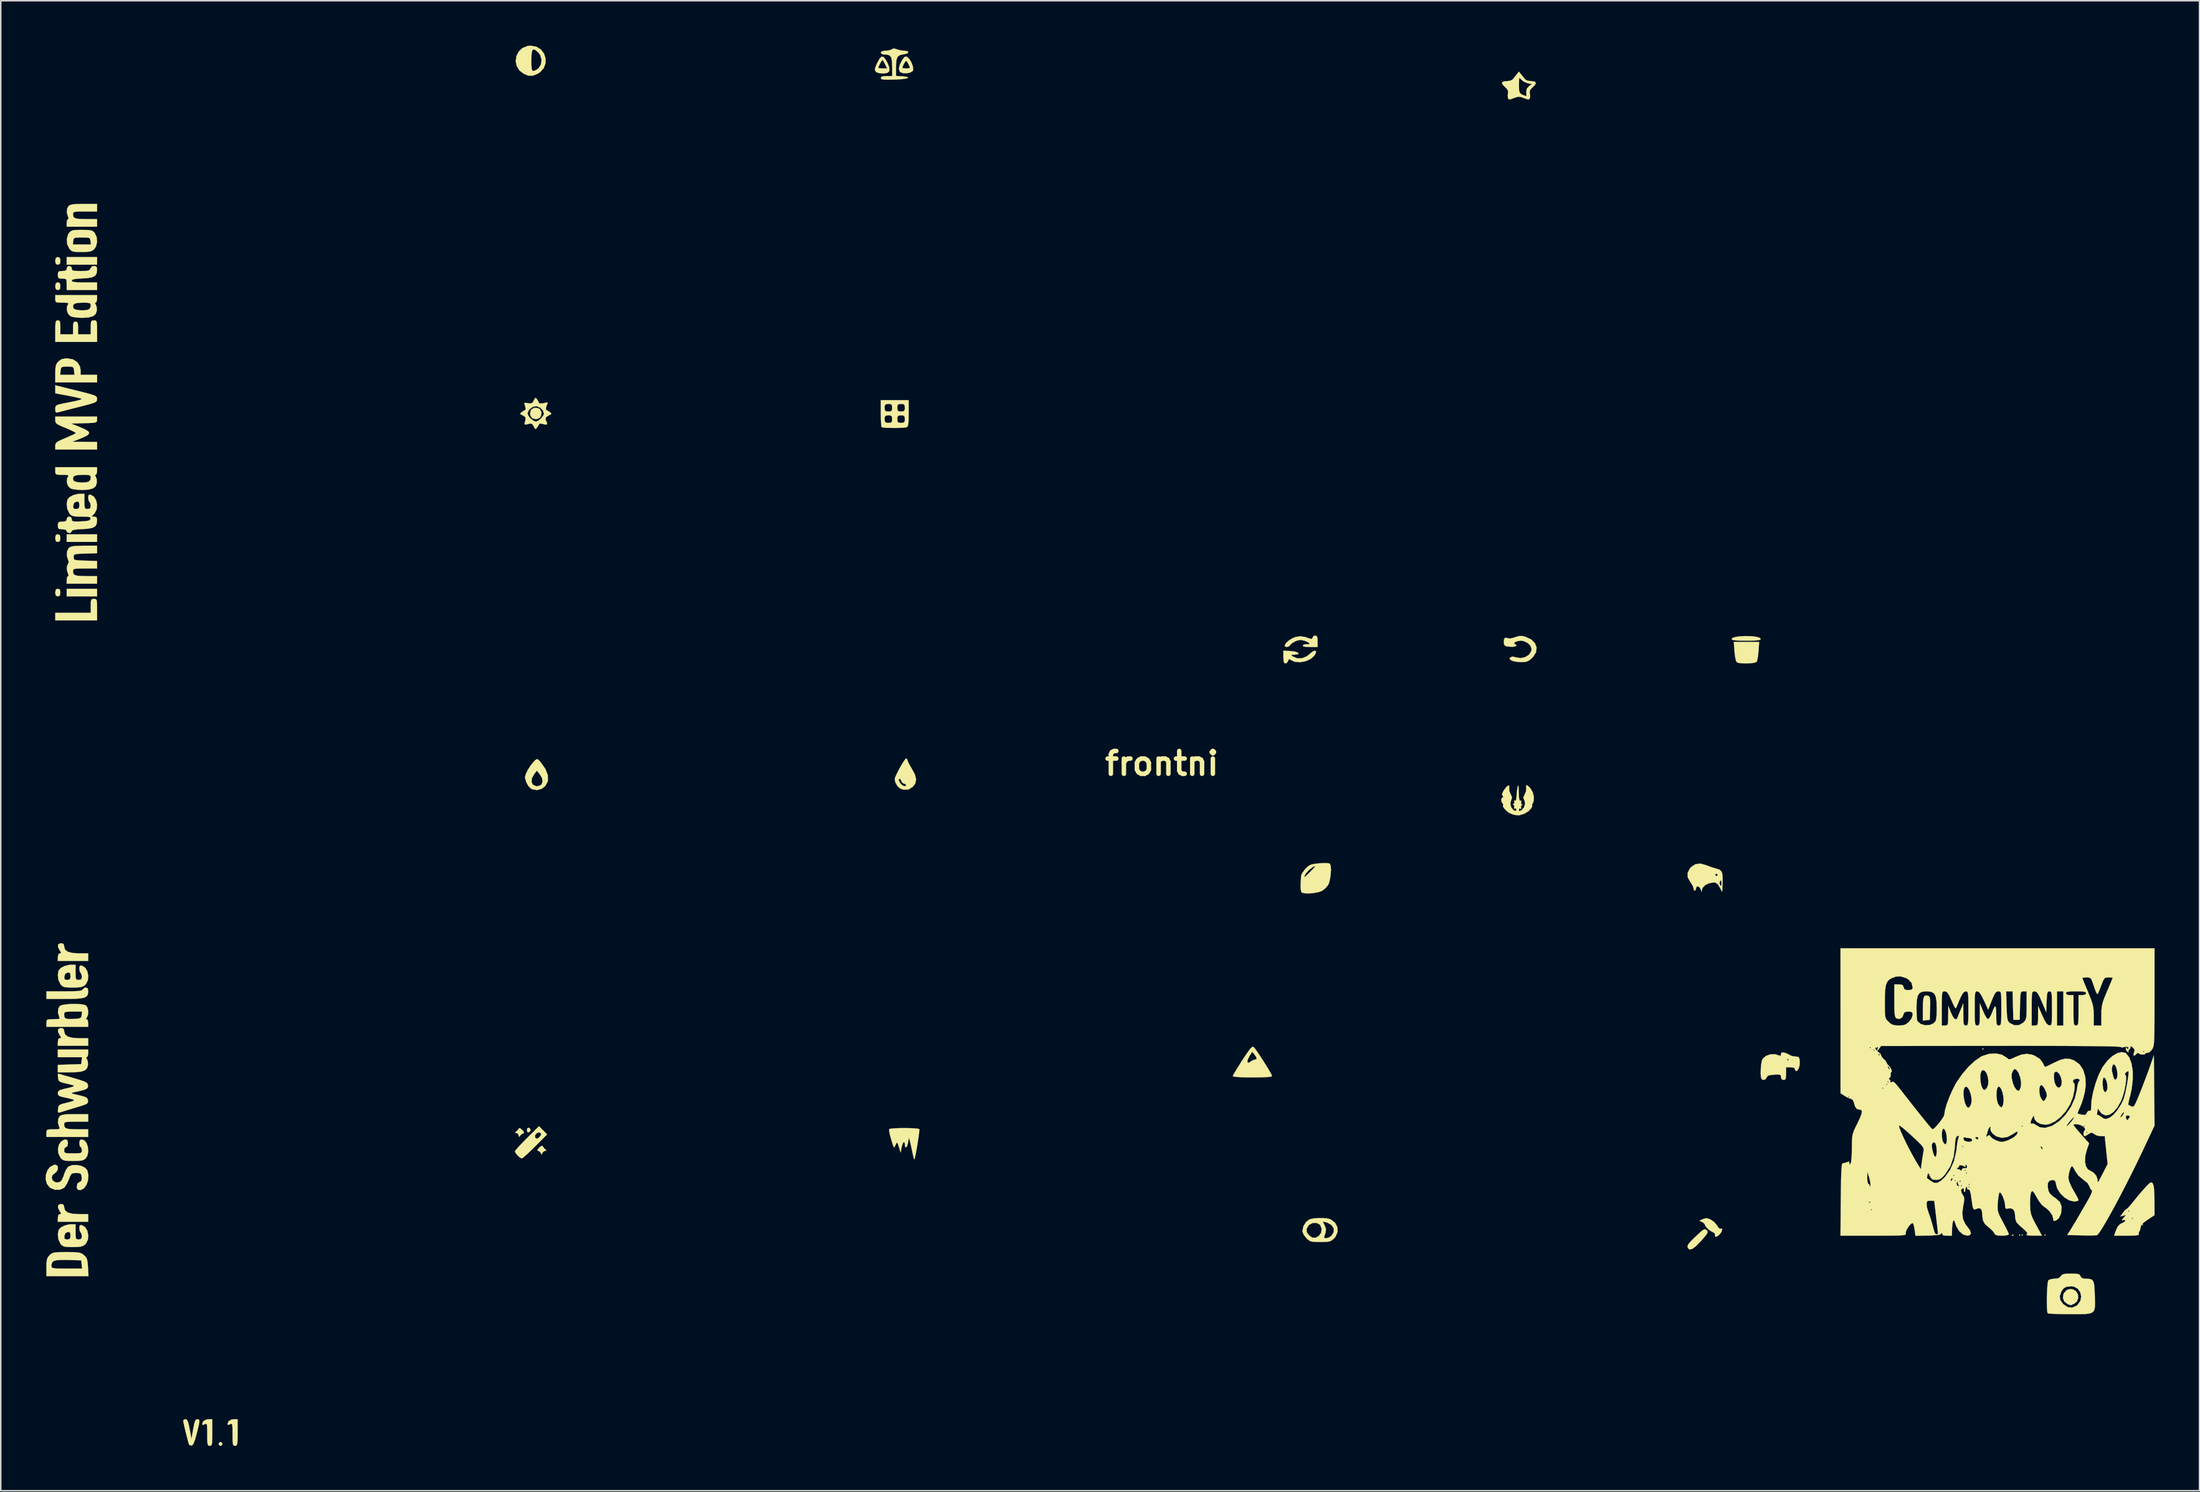
<source format=kicad_pcb>
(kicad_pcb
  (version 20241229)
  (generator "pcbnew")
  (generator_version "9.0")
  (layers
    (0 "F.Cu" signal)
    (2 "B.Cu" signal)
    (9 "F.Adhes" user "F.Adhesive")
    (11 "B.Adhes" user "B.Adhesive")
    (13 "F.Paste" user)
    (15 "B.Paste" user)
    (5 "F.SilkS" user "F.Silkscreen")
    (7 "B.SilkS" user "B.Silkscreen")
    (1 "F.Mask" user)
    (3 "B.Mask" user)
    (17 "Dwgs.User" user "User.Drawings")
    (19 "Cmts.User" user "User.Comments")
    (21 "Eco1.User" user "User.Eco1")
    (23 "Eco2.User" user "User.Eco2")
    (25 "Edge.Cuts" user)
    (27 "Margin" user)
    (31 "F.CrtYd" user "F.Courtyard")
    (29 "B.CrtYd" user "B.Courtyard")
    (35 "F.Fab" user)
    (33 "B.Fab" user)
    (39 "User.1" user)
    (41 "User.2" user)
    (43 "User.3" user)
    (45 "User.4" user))
  (footprint "frontni"
    (layer "F.Cu")
    (at 74.646 48.011)
    (property "Reference" "frontni" (at 0 0 0) (layer "F.SilkS") (effects (font (size 1.524 1.524) (thickness 0.3))))
    (attr through_hole)
    (fp_poly (pts (xy -71.205 -33.359) (xy -73.237 -33.359) (xy -73.237 -33.867) (xy -71.205 -33.867) (xy -71.205 -33.359)) (stroke (width 0.01) (type solid)) (fill yes) (layer "F.SilkS"))
    (fp_poly (pts (xy -71.205 -14.817) (xy -73.237 -14.817) (xy -73.237 -15.325) (xy -71.205 -15.325) (xy -71.205 -14.817)) (stroke (width 0.01) (type solid)) (fill yes) (layer "F.SilkS"))
    (fp_poly (pts (xy -71.205 -11.176) (xy -73.237 -11.176) (xy -73.237 -11.684) (xy -71.205 -11.684) (xy -71.205 -11.176)) (stroke (width 0.01) (type solid)) (fill yes) (layer "F.SilkS"))
    (fp_poly (pts (xy 54.949 19.092) (xy 54.906 19.135) (xy 54.864 19.092) (xy 54.906 19.05) (xy 54.949 19.092)) (stroke (width 0.01) (type solid)) (fill yes) (layer "F.SilkS"))
    (fp_poly (pts (xy 57.404 31.538) (xy 57.362 31.581) (xy 57.319 31.538) (xy 57.362 31.496) (xy 57.404 31.538)) (stroke (width 0.01) (type solid)) (fill yes) (layer "F.SilkS"))
    (fp_poly (pts (xy 57.573 31.538) (xy 57.531 31.581) (xy 57.489 31.538) (xy 57.531 31.496) (xy 57.573 31.538)) (stroke (width 0.01) (type solid)) (fill yes) (layer "F.SilkS"))
    (fp_poly (pts (xy 59.097 31.538) (xy 59.055 31.581) (xy 59.013 31.538) (xy 59.055 31.496) (xy 59.097 31.538)) (stroke (width 0.01) (type solid)) (fill yes) (layer "F.SilkS"))
    (fp_poly (pts (xy 65.617 30.861) (xy 65.574 30.903) (xy 65.532 30.861) (xy 65.574 30.819) (xy 65.617 30.861)) (stroke (width 0.01) (type solid)) (fill yes) (layer "F.SilkS"))
    (fp_poly (pts (xy 56.952 31.524) (xy 56.941 31.575) (xy 56.896 31.581) (xy 56.826 31.55) (xy 56.84 31.524) (xy 56.94 31.514) (xy 56.952 31.524)) (stroke (width 0.01) (type solid)) (fill yes) (layer "F.SilkS"))
    (fp_poly (pts (xy -62.837 45.449) (xy -62.823 45.508) (xy -62.89 45.621) (xy -62.95 45.635) (xy -63.062 45.568) (xy -63.077 45.508) (xy -63.009 45.396) (xy -62.95 45.381) (xy -62.837 45.449)) (stroke (width 0.01) (type solid)) (fill yes) (layer "F.SilkS"))
    (fp_poly (pts (xy -42.286 24.386) (xy -42.261 24.411) (xy -42.209 24.537) (xy -42.28 24.629) (xy -42.389 24.681) (xy -42.443 24.611) (xy -42.457 24.453) (xy -42.391 24.362) (xy -42.286 24.386)) (stroke (width 0.01) (type solid)) (fill yes) (layer "F.SilkS"))
    (fp_poly (pts (xy -73.705 -33.827) (xy -73.662 -33.678) (xy -73.66 -33.613) (xy -73.687 -33.427) (xy -73.786 -33.361) (xy -73.829 -33.359) (xy -73.953 -33.399) (xy -73.997 -33.547) (xy -73.999 -33.613) (xy -73.972 -33.799) (xy -73.873 -33.864) (xy -73.829 -33.867) (xy -73.705 -33.827)) (stroke (width 0.01) (type solid)) (fill yes) (layer "F.SilkS"))
    (fp_poly (pts (xy -73.705 -32.133) (xy -73.662 -31.985) (xy -73.66 -31.919) (xy -73.687 -31.733) (xy -73.786 -31.668) (xy -73.829 -31.665) (xy -73.953 -31.705) (xy -73.997 -31.854) (xy -73.999 -31.919) (xy -73.972 -32.105) (xy -73.873 -32.171) (xy -73.829 -32.173) (xy -73.705 -32.133)) (stroke (width 0.01) (type solid)) (fill yes) (layer "F.SilkS"))
    (fp_poly (pts (xy -73.705 -15.285) (xy -73.662 -15.136) (xy -73.66 -15.071) (xy -73.687 -14.885) (xy -73.786 -14.819) (xy -73.829 -14.817) (xy -73.953 -14.857) (xy -73.997 -15.005) (xy -73.999 -15.071) (xy -73.972 -15.257) (xy -73.873 -15.322) (xy -73.829 -15.325) (xy -73.705 -15.285)) (stroke (width 0.01) (type solid)) (fill yes) (layer "F.SilkS"))
    (fp_poly (pts (xy -73.705 -11.644) (xy -73.662 -11.496) (xy -73.66 -11.43) (xy -73.687 -11.244) (xy -73.786 -11.179) (xy -73.829 -11.176) (xy -73.953 -11.216) (xy -73.997 -11.364) (xy -73.999 -11.43) (xy -73.972 -11.616) (xy -73.873 -11.681) (xy -73.829 -11.684) (xy -73.705 -11.644)) (stroke (width 0.01) (type solid)) (fill yes) (layer "F.SilkS"))
    (fp_poly (pts (xy -71.314 -11) (xy -71.251 -10.958) (xy -71.219 -10.847) (xy -71.207 -10.633) (xy -71.205 -10.287) (xy -71.205 -9.567) (xy -73.999 -9.567) (xy -73.999 -10.075) (xy -71.628 -10.075) (xy -71.628 -10.541) (xy -71.623 -10.808) (xy -71.593 -10.947) (xy -71.522 -10.999) (xy -71.416 -11.007) (xy -71.314 -11)) (stroke (width 0.01) (type solid)) (fill yes) (layer "F.SilkS"))
    (fp_poly (pts (xy 51.269 15.549) (xy 51.331 15.603) (xy 51.367 15.727) (xy 51.381 15.951) (xy 51.376 16.309) (xy 51.375 16.372) (xy 51.35 17.145) (xy 51.117 17.172) (xy 50.885 17.199) (xy 50.885 16.398) (xy 50.894 15.976) (xy 50.928 15.701) (xy 50.997 15.553) (xy 51.11 15.51) (xy 51.269 15.549)) (stroke (width 0.01) (type solid)) (fill yes) (layer "F.SilkS"))
    (fp_poly (pts (xy -41.673 -23.745) (xy -41.588 -23.69) (xy -41.503 -23.525) (xy -41.487 -23.41) (xy -41.533 -23.216) (xy -41.588 -23.131) (xy -41.753 -23.046) (xy -41.868 -23.029) (xy -42.062 -23.075) (xy -42.147 -23.131) (xy -42.232 -23.296) (xy -42.249 -23.41) (xy -42.203 -23.605) (xy -42.147 -23.69) (xy -41.982 -23.775) (xy -41.868 -23.791) (xy -41.673 -23.745)) (stroke (width 0.01) (type solid)) (fill yes) (layer "F.SilkS"))
    (fp_poly (pts (xy 39.898 -7.514) (xy 39.867 -7.197) (xy 39.823 -6.941) (xy 39.775 -6.799) (xy 39.772 -6.795) (xy 39.648 -6.741) (xy 39.41 -6.706) (xy 39.115 -6.69) (xy 38.818 -6.695) (xy 38.574 -6.722) (xy 38.454 -6.762) (xy 38.387 -6.886) (xy 38.33 -7.151) (xy 38.294 -7.48) (xy 38.245 -8.128) (xy 39.94 -8.128) (xy 39.898 -7.514)) (stroke (width 0.01) (type solid)) (fill yes) (layer "F.SilkS"))
    (fp_poly (pts (xy 60.921 35.172) (xy 61.14 35.301) (xy 61.26 35.515) (xy 61.275 35.764) (xy 61.181 35.993) (xy 61 36.138) (xy 60.838 36.208) (xy 60.766 36.232) (xy 60.684 36.2) (xy 60.557 36.15) (xy 60.347 35.985) (xy 60.253 35.742) (xy 60.292 35.482) (xy 60.328 35.417) (xy 60.52 35.207) (xy 60.747 35.146) (xy 60.921 35.172)) (stroke (width 0.01) (type solid)) (fill yes) (layer "F.SilkS"))
    (fp_poly (pts (xy -42.782 24.502) (xy -42.769 24.515) (xy -42.664 24.652) (xy -42.662 24.72) (xy -42.675 24.723) (xy -42.807 24.784) (xy -42.893 24.871) (xy -42.979 24.973) (xy -43.005 24.937) (xy -43.008 24.871) (xy -43.08 24.744) (xy -43.159 24.72) (xy -43.259 24.706) (xy -43.213 24.646) (xy -43.173 24.614) (xy -43.042 24.479) (xy -43.003 24.409) (xy -42.929 24.386) (xy -42.782 24.502)) (stroke (width 0.01) (type solid)) (fill yes) (layer "F.SilkS"))
    (fp_poly (pts (xy -41.412 25.588) (xy -41.409 25.594) (xy -41.317 25.729) (xy -41.24 25.799) (xy -41.151 25.88) (xy -41.204 25.904) (xy -41.248 25.905) (xy -41.385 25.978) (xy -41.425 26.056) (xy -41.459 26.16) (xy -41.502 26.107) (xy -41.525 26.056) (xy -41.638 25.931) (xy -41.716 25.908) (xy -41.773 25.875) (xy -41.704 25.766) (xy -41.644 25.7) (xy -41.491 25.575) (xy -41.412 25.588)) (stroke (width 0.01) (type solid)) (fill yes) (layer "F.SilkS"))
    (fp_poly (pts (xy 39.394 -8.513) (xy 39.715 -8.478) (xy 39.944 -8.419) (xy 40.045 -8.342) (xy 40.047 -8.328) (xy 40.012 -8.276) (xy 39.889 -8.242) (xy 39.655 -8.222) (xy 39.287 -8.213) (xy 39.074 -8.213) (xy 38.637 -8.217) (xy 38.346 -8.232) (xy 38.177 -8.259) (xy 38.106 -8.303) (xy 38.1 -8.328) (xy 38.175 -8.408) (xy 38.406 -8.469) (xy 38.617 -8.497) (xy 39.016 -8.521) (xy 39.394 -8.513)) (stroke (width 0.01) (type solid)) (fill yes) (layer "F.SilkS"))
    (fp_poly (pts (xy -73.456 12.058) (xy -73.407 12.195) (xy -73.406 12.23) (xy -73.347 12.447) (xy -73.161 12.595) (xy -72.837 12.677) (xy -72.413 12.7) (xy -71.797 12.7) (xy -71.797 13.208) (xy -73.829 13.208) (xy -73.829 12.954) (xy -73.794 12.756) (xy -73.698 12.7) (xy -73.613 12.685) (xy -73.633 12.609) (xy -73.698 12.512) (xy -73.818 12.273) (xy -73.807 12.104) (xy -73.668 12.026) (xy -73.618 12.023) (xy -73.456 12.058)) (stroke (width 0.01) (type solid)) (fill yes) (layer "F.SilkS"))
    (fp_poly (pts (xy -73.456 17.731) (xy -73.407 17.868) (xy -73.406 17.902) (xy -73.347 18.12) (xy -73.161 18.267) (xy -72.837 18.35) (xy -72.413 18.373) (xy -71.797 18.373) (xy -71.797 18.881) (xy -73.829 18.881) (xy -73.829 18.627) (xy -73.794 18.428) (xy -73.698 18.373) (xy -73.613 18.357) (xy -73.633 18.281) (xy -73.698 18.184) (xy -73.818 17.945) (xy -73.807 17.777) (xy -73.668 17.698) (xy -73.618 17.695) (xy -73.456 17.731)) (stroke (width 0.01) (type solid)) (fill yes) (layer "F.SilkS"))
    (fp_poly (pts (xy -73.456 29.499) (xy -73.407 29.637) (xy -73.406 29.671) (xy -73.347 29.889) (xy -73.161 30.036) (xy -72.837 30.118) (xy -72.413 30.141) (xy -71.797 30.141) (xy -71.797 30.649) (xy -73.829 30.649) (xy -73.829 30.395) (xy -73.794 30.197) (xy -73.698 30.141) (xy -73.613 30.126) (xy -73.633 30.05) (xy -73.698 29.953) (xy -73.818 29.714) (xy -73.807 29.545) (xy -73.668 29.467) (xy -73.618 29.464) (xy -73.456 29.499)) (stroke (width 0.01) (type solid)) (fill yes) (layer "F.SilkS"))
    (fp_poly (pts (xy 36.381 31.173) (xy 36.429 31.216) (xy 36.487 31.291) (xy 36.488 31.376) (xy 36.419 31.501) (xy 36.263 31.696) (xy 36.055 31.934) (xy 35.725 32.274) (xy 35.471 32.465) (xy 35.288 32.509) (xy 35.176 32.406) (xy 35.169 32.39) (xy 35.151 32.293) (xy 35.185 32.186) (xy 35.291 32.043) (xy 35.488 31.837) (xy 35.777 31.56) (xy 36.031 31.326) (xy 36.196 31.194) (xy 36.302 31.149) (xy 36.381 31.173)) (stroke (width 0.01) (type solid)) (fill yes) (layer "F.SilkS"))
    (fp_poly (pts (xy -71.837 15.033) (xy -71.798 15.2) (xy -71.797 15.227) (xy -71.813 15.412) (xy -71.876 15.548) (xy -72.008 15.642) (xy -72.231 15.702) (xy -72.568 15.734) (xy -73.039 15.747) (xy -73.349 15.748) (xy -74.591 15.748) (xy -74.591 15.24) (xy -73.403 15.24) (xy -72.918 15.237) (xy -72.578 15.227) (xy -72.356 15.206) (xy -72.229 15.173) (xy -72.172 15.124) (xy -72.167 15.113) (xy -72.051 15.006) (xy -71.958 14.986) (xy -71.837 15.033)) (stroke (width 0.01) (type solid)) (fill yes) (layer "F.SilkS"))
    (fp_poly (pts (xy -71.797 19.389) (xy -71.825 19.567) (xy -71.891 19.643) (xy -71.892 19.643) (xy -71.94 19.68) (xy -71.887 19.764) (xy -71.824 19.929) (xy -71.812 20.159) (xy -71.813 20.164) (xy -71.865 20.366) (xy -71.991 20.507) (xy -72.214 20.596) (xy -72.559 20.643) (xy -73.046 20.657) (xy -73.829 20.659) (xy -73.829 20.157) (xy -73.046 20.133) (xy -72.263 20.108) (xy -72.236 19.875) (xy -72.209 19.643) (xy -73.829 19.643) (xy -73.829 19.135) (xy -71.797 19.135) (xy -71.797 19.389)) (stroke (width 0.01) (type solid)) (fill yes) (layer "F.SilkS"))
    (fp_poly (pts (xy -63.5 44.746) (xy -63.502 45.143) (xy -63.512 45.4) (xy -63.536 45.548) (xy -63.58 45.616) (xy -63.648 45.635) (xy -63.669 45.635) (xy -63.75 45.623) (xy -63.8 45.563) (xy -63.826 45.425) (xy -63.837 45.175) (xy -63.839 44.87) (xy -63.841 44.51) (xy -63.851 44.291) (xy -63.877 44.184) (xy -63.926 44.161) (xy -64.005 44.194) (xy -64.008 44.196) (xy -64.14 44.244) (xy -64.177 44.179) (xy -64.177 44.174) (xy -64.102 43.99) (xy -63.903 43.878) (xy -63.737 43.857) (xy -63.5 43.857) (xy -63.5 44.746)) (stroke (width 0.01) (type solid)) (fill yes) (layer "F.SilkS"))
    (fp_poly (pts (xy -61.807 44.746) (xy -61.809 45.143) (xy -61.819 45.4) (xy -61.843 45.548) (xy -61.886 45.616) (xy -61.955 45.635) (xy -61.976 45.635) (xy -62.056 45.623) (xy -62.106 45.563) (xy -62.133 45.425) (xy -62.144 45.175) (xy -62.145 44.87) (xy -62.147 44.51) (xy -62.158 44.291) (xy -62.184 44.184) (xy -62.232 44.161) (xy -62.311 44.194) (xy -62.315 44.196) (xy -62.446 44.244) (xy -62.484 44.179) (xy -62.484 44.174) (xy -62.409 43.99) (xy -62.209 43.878) (xy -62.044 43.857) (xy -61.807 43.857) (xy -61.807 44.746)) (stroke (width 0.01) (type solid)) (fill yes) (layer "F.SilkS"))
    (fp_poly (pts (xy 36.544 30.438) (xy 36.701 30.505) (xy 36.936 30.67) (xy 37.117 30.885) (xy 37.126 30.903) (xy 37.234 31.063) (xy 37.325 31.12) (xy 37.336 31.116) (xy 37.437 31.1) (xy 37.466 31.187) (xy 37.422 31.332) (xy 37.332 31.46) (xy 37.145 31.625) (xy 37.025 31.659) (xy 36.989 31.602) (xy 36.99 31.472) (xy 36.932 31.394) (xy 36.852 31.354) (xy 36.664 31.25) (xy 36.477 31.093) (xy 36.349 30.936) (xy 36.322 30.859) (xy 36.253 30.752) (xy 36.132 30.672) (xy 35.941 30.585) (xy 36.176 30.476) (xy 36.365 30.413) (xy 36.544 30.438)) (stroke (width 0.01) (type solid)) (fill yes) (layer "F.SilkS"))
    (fp_poly (pts (xy -72.815 -27.025) (xy -72.524 -26.837) (xy -72.347 -26.552) (xy -72.305 -26.296) (xy -72.305 -25.993) (xy -71.205 -25.993) (xy -71.205 -25.485) (xy -73.999 -25.485) (xy -73.999 -25.993) (xy -73.671 -25.993) (xy -72.718 -25.993) (xy -72.744 -26.268) (xy -72.769 -26.431) (xy -72.833 -26.512) (xy -72.982 -26.54) (xy -73.194 -26.543) (xy -73.446 -26.537) (xy -73.574 -26.501) (xy -73.626 -26.406) (xy -73.644 -26.268) (xy -73.671 -25.993) (xy -73.999 -25.993) (xy -73.999 -26.081) (xy -73.991 -26.411) (xy -73.959 -26.623) (xy -73.89 -26.771) (xy -73.791 -26.886) (xy -73.596 -27.029) (xy -73.35 -27.088) (xy -73.192 -27.093) (xy -72.815 -27.025)) (stroke (width 0.01) (type solid)) (fill yes) (layer "F.SilkS"))
    (fp_poly (pts (xy -71.205 -36.915) (xy -72.009 -36.915) (xy -72.382 -36.913) (xy -72.617 -36.903) (xy -72.746 -36.876) (xy -72.801 -36.824) (xy -72.813 -36.74) (xy -72.813 -36.712) (xy -72.793 -36.577) (xy -72.712 -36.488) (xy -72.543 -36.436) (xy -72.258 -36.412) (xy -71.875 -36.407) (xy -71.205 -36.407) (xy -71.205 -35.899) (xy -73.237 -35.899) (xy -73.237 -36.153) (xy -73.211 -36.331) (xy -73.15 -36.407) (xy -73.149 -36.407) (xy -73.105 -36.458) (xy -73.149 -36.57) (xy -73.23 -36.85) (xy -73.201 -37.124) (xy -73.104 -37.29) (xy -73.001 -37.353) (xy -72.824 -37.394) (xy -72.542 -37.416) (xy -72.125 -37.423) (xy -72.088 -37.423) (xy -71.205 -37.423) (xy -71.205 -36.915)) (stroke (width 0.01) (type solid)) (fill yes) (layer "F.SilkS"))
    (fp_poly (pts (xy -64.419 43.866) (xy -64.371 43.91) (xy -64.363 44.017) (xy -64.395 44.215) (xy -64.469 44.529) (xy -64.545 44.831) (xy -64.657 45.231) (xy -64.753 45.482) (xy -64.843 45.603) (xy -64.881 45.62) (xy -65.023 45.589) (xy -65.063 45.536) (xy -65.111 45.373) (xy -65.18 45.111) (xy -65.259 44.795) (xy -65.336 44.474) (xy -65.4 44.194) (xy -65.44 44.002) (xy -65.447 43.949) (xy -65.377 43.872) (xy -65.293 43.857) (xy -65.207 43.887) (xy -65.139 43.998) (xy -65.074 44.221) (xy -65.015 44.514) (xy -64.891 45.17) (xy -64.776 44.514) (xy -64.711 44.176) (xy -64.65 43.975) (xy -64.583 43.88) (xy -64.504 43.857) (xy -64.419 43.866)) (stroke (width 0.01) (type solid)) (fill yes) (layer "F.SilkS"))
    (fp_poly (pts (xy -18.616 -47.256) (xy -18.469 -47.078) (xy -18.341 -46.846) (xy -18.224 -46.536) (xy -18.225 -46.312) (xy -18.337 -46.195) (xy -18.586 -46.146) (xy -18.856 -46.158) (xy -19.073 -46.223) (xy -19.137 -46.273) (xy -19.189 -46.379) (xy -19.172 -46.525) (xy -19.171 -46.529) (xy -18.965 -46.529) (xy -18.891 -46.498) (xy -18.707 -46.482) (xy -18.667 -46.482) (xy -18.368 -46.482) (xy -18.508 -46.757) (xy -18.607 -46.945) (xy -18.669 -47.055) (xy -18.674 -47.061) (xy -18.721 -47.015) (xy -18.807 -46.877) (xy -18.897 -46.707) (xy -18.957 -46.567) (xy -18.965 -46.529) (xy -19.171 -46.529) (xy -19.078 -46.761) (xy -19.051 -46.82) (xy -18.887 -47.127) (xy -18.749 -47.273) (xy -18.616 -47.256)) (stroke (width 0.01) (type solid)) (fill yes) (layer "F.SilkS"))
    (fp_poly (pts (xy -41.109 24.807) (xy -41.91 25.612) (xy -42.212 25.908) (xy -42.476 26.156) (xy -42.678 26.331) (xy -42.793 26.413) (xy -42.804 26.416) (xy -42.922 26.359) (xy -43.078 26.223) (xy -43.081 26.22) (xy -43.21 26.059) (xy -43.265 25.945) (xy -43.265 25.943) (xy -43.208 25.857) (xy -43.052 25.676) (xy -42.819 25.427) (xy -42.532 25.133) (xy -42.46 25.061) (xy -42.27 24.871) (xy -41.914 24.871) (xy -41.912 25.011) (xy -41.896 25.036) (xy -41.805 25.103) (xy -41.697 25.051) (xy -41.624 24.982) (xy -41.512 24.836) (xy -41.532 24.73) (xy -41.551 24.709) (xy -41.682 24.671) (xy -41.82 24.741) (xy -41.914 24.871) (xy -42.27 24.871) (xy -41.656 24.26) (xy -41.109 24.807)) (stroke (width 0.01) (type solid)) (fill yes) (layer "F.SilkS"))
    (fp_poly (pts (xy -17.033 -47.252) (xy -16.88 -47.107) (xy -16.744 -46.877) (xy -16.651 -46.624) (xy -16.627 -46.407) (xy -16.651 -46.327) (xy -16.804 -46.217) (xy -17.044 -46.162) (xy -17.298 -46.166) (xy -17.491 -46.236) (xy -17.522 -46.265) (xy -17.589 -46.464) (xy -17.575 -46.52) (xy -17.357 -46.52) (xy -17.283 -46.493) (xy -17.105 -46.482) (xy -17.103 -46.482) (xy -16.924 -46.493) (xy -16.849 -46.52) (xy -16.849 -46.52) (xy -16.885 -46.642) (xy -16.966 -46.809) (xy -17.054 -46.948) (xy -17.103 -46.99) (xy -17.169 -46.924) (xy -17.259 -46.773) (xy -17.334 -46.609) (xy -17.357 -46.52) (xy -17.575 -46.52) (xy -17.521 -46.747) (xy -17.358 -47.056) (xy -17.228 -47.234) (xy -17.12 -47.282) (xy -17.033 -47.252)) (stroke (width 0.01) (type solid)) (fill yes) (layer "F.SilkS"))
    (fp_poly (pts (xy 8.608 -7.518) (xy 8.88 -7.485) (xy 9.066 -7.427) (xy 9.147 -7.363) (xy 9.105 -7.308) (xy 8.922 -7.28) (xy 8.876 -7.279) (xy 8.694 -7.271) (xy 8.66 -7.237) (xy 8.753 -7.156) (xy 8.758 -7.152) (xy 9.046 -7.032) (xy 9.377 -7.04) (xy 9.695 -7.169) (xy 9.834 -7.281) (xy 10.054 -7.465) (xy 10.22 -7.541) (xy 10.307 -7.513) (xy 10.294 -7.384) (xy 10.197 -7.215) (xy 9.951 -6.989) (xy 9.613 -6.836) (xy 9.24 -6.769) (xy 8.888 -6.8) (xy 8.664 -6.899) (xy 8.529 -6.976) (xy 8.467 -6.936) (xy 8.442 -6.856) (xy 8.349 -6.719) (xy 8.263 -6.689) (xy 8.18 -6.727) (xy 8.139 -6.865) (xy 8.128 -7.116) (xy 8.128 -7.544) (xy 8.608 -7.518)) (stroke (width 0.01) (type solid)) (fill yes) (layer "F.SilkS"))
    (fp_poly (pts (xy -71.797 23.961) (xy -72.602 23.961) (xy -72.974 23.962) (xy -73.209 23.973) (xy -73.339 24) (xy -73.393 24.051) (xy -73.406 24.136) (xy -73.406 24.163) (xy -73.385 24.298) (xy -73.304 24.387) (xy -73.135 24.439) (xy -72.851 24.463) (xy -72.468 24.469) (xy -71.797 24.469) (xy -71.797 24.977) (xy -74.591 24.977) (xy -74.591 24.723) (xy -74.584 24.578) (xy -74.533 24.502) (xy -74.397 24.473) (xy -74.135 24.469) (xy -74.123 24.469) (xy -73.858 24.464) (xy -73.731 24.441) (xy -73.707 24.385) (xy -73.742 24.305) (xy -73.823 24.026) (xy -73.794 23.751) (xy -73.696 23.586) (xy -73.593 23.522) (xy -73.416 23.481) (xy -73.135 23.46) (xy -72.717 23.453) (xy -72.68 23.453) (xy -71.797 23.453) (xy -71.797 23.961)) (stroke (width 0.01) (type solid)) (fill yes) (layer "F.SilkS"))
    (fp_poly (pts (xy -71.314 -29.627) (xy -71.251 -29.585) (xy -71.219 -29.473) (xy -71.207 -29.259) (xy -71.205 -28.914) (xy -71.205 -28.194) (xy -73.999 -28.194) (xy -73.999 -28.914) (xy -73.996 -29.264) (xy -73.981 -29.477) (xy -73.947 -29.588) (xy -73.886 -29.629) (xy -73.829 -29.633) (xy -73.731 -29.613) (xy -73.68 -29.526) (xy -73.662 -29.331) (xy -73.66 -29.168) (xy -73.66 -28.702) (xy -72.813 -28.702) (xy -72.813 -29.125) (xy -72.804 -29.379) (xy -72.767 -29.506) (xy -72.683 -29.547) (xy -72.644 -29.549) (xy -72.542 -29.526) (xy -72.492 -29.432) (xy -72.475 -29.223) (xy -72.475 -29.125) (xy -72.475 -28.702) (xy -71.628 -28.702) (xy -71.628 -29.168) (xy -71.623 -29.434) (xy -71.593 -29.573) (xy -71.522 -29.626) (xy -71.416 -29.633) (xy -71.314 -29.627)) (stroke (width 0.01) (type solid)) (fill yes) (layer "F.SilkS"))
    (fp_poly (pts (xy -41.73 -0.277) (xy -41.612 -0.167) (xy -41.526 -0.067) (xy -41.223 0.369) (xy -41.064 0.781) (xy -41.055 1.152) (xy -41.068 1.204) (xy -41.226 1.502) (xy -41.482 1.701) (xy -41.792 1.781) (xy -42.11 1.725) (xy -42.185 1.687) (xy -42.36 1.513) (xy -42.506 1.249) (xy -42.509 1.239) (xy -42.152 1.239) (xy -42.057 1.426) (xy -41.853 1.519) (xy -41.783 1.524) (xy -41.589 1.478) (xy -41.504 1.422) (xy -41.409 1.218) (xy -41.457 0.959) (xy -41.599 0.729) (xy -41.794 0.484) (xy -41.979 0.719) (xy -42.129 0.992) (xy -42.152 1.239) (xy -42.509 1.239) (xy -42.583 0.973) (xy -42.587 0.91) (xy -42.536 0.71) (xy -42.405 0.439) (xy -42.224 0.151) (xy -42.028 -0.099) (xy -41.933 -0.194) (xy -41.82 -0.281) (xy -41.73 -0.277)) (stroke (width 0.01) (type solid)) (fill yes) (layer "F.SilkS"))
    (fp_poly (pts (xy 10.35 -8.526) (xy 10.401 -8.423) (xy 10.414 -8.198) (xy 10.414 -8.17) (xy 10.414 -7.789) (xy 9.899 -7.789) (xy 9.599 -7.8) (xy 9.446 -7.835) (xy 9.419 -7.895) (xy 9.522 -7.966) (xy 9.69 -7.973) (xy 9.849 -7.976) (xy 9.868 -8.03) (xy 9.76 -8.114) (xy 9.54 -8.208) (xy 9.531 -8.211) (xy 9.278 -8.262) (xy 9.036 -8.216) (xy 8.938 -8.178) (xy 8.728 -8.064) (xy 8.596 -7.943) (xy 8.583 -7.92) (xy 8.488 -7.825) (xy 8.347 -7.79) (xy 8.235 -7.824) (xy 8.213 -7.878) (xy 8.284 -8.032) (xy 8.466 -8.206) (xy 8.71 -8.363) (xy 8.948 -8.46) (xy 9.253 -8.505) (xy 9.57 -8.462) (xy 9.927 -8.339) (xy 10.049 -8.331) (xy 10.075 -8.415) (xy 10.146 -8.528) (xy 10.245 -8.551) (xy 10.35 -8.526)) (stroke (width 0.01) (type solid)) (fill yes) (layer "F.SilkS"))
    (fp_poly (pts (xy -17.024 -0.271) (xy -17.018 -0.229) (xy -16.975 -0.104) (xy -16.863 0.111) (xy -16.724 0.343) (xy -16.51 0.745) (xy -16.434 1.073) (xy -16.496 1.35) (xy -16.649 1.555) (xy -16.936 1.738) (xy -17.262 1.757) (xy -17.495 1.679) (xy -17.686 1.511) (xy -17.824 1.256) (xy -17.86 1.07) (xy -17.606 1.07) (xy -17.547 1.23) (xy -17.479 1.336) (xy -17.342 1.47) (xy -17.202 1.524) (xy -17.113 1.485) (xy -17.103 1.439) (xy -17.172 1.365) (xy -17.238 1.355) (xy -17.366 1.284) (xy -17.417 1.185) (xy -17.484 1.048) (xy -17.536 1.016) (xy -17.606 1.07) (xy -17.86 1.07) (xy -17.865 1.044) (xy -17.826 0.907) (xy -17.725 0.681) (xy -17.585 0.408) (xy -17.429 0.128) (xy -17.279 -0.117) (xy -17.159 -0.286) (xy -17.097 -0.339) (xy -17.024 -0.271)) (stroke (width 0.01) (type solid)) (fill yes) (layer "F.SilkS"))
    (fp_poly (pts (xy -41.823 -47.936) (xy -41.525 -47.75) (xy -41.319 -47.48) (xy -41.215 -47.159) (xy -41.219 -46.822) (xy -41.338 -46.501) (xy -41.58 -46.23) (xy -41.78 -46.108) (xy -42.088 -45.996) (xy -42.355 -46) (xy -42.647 -46.112) (xy -42.96 -46.344) (xy -43.145 -46.643) (xy -43.21 -46.977) (xy -43.202 -47.032) (xy -42.164 -47.032) (xy -42.16 -46.678) (xy -42.142 -46.462) (xy -42.106 -46.351) (xy -42.044 -46.314) (xy -42.021 -46.313) (xy -41.861 -46.368) (xy -41.683 -46.497) (xy -41.52 -46.756) (xy -41.482 -47.068) (xy -41.571 -47.376) (xy -41.694 -47.544) (xy -41.89 -47.715) (xy -42.024 -47.762) (xy -42.108 -47.675) (xy -42.151 -47.441) (xy -42.164 -47.051) (xy -42.164 -47.032) (xy -43.202 -47.032) (xy -43.162 -47.312) (xy -43.009 -47.613) (xy -42.759 -47.849) (xy -42.421 -47.985) (xy -42.206 -48.006) (xy -41.823 -47.936)) (stroke (width 0.01) (type solid)) (fill yes) (layer "F.SilkS"))
    (fp_poly (pts (xy -72.602 -24.946) (xy -72.093 -24.819) (xy -71.725 -24.723) (xy -71.477 -24.648) (xy -71.323 -24.585) (xy -71.242 -24.525) (xy -71.21 -24.457) (xy -71.205 -24.375) (xy -71.211 -24.287) (xy -71.248 -24.217) (xy -71.339 -24.154) (xy -71.509 -24.088) (xy -71.783 -24.008) (xy -72.185 -23.903) (xy -72.411 -23.845) (xy -72.855 -23.733) (xy -73.253 -23.631) (xy -73.569 -23.549) (xy -73.77 -23.497) (xy -73.808 -23.486) (xy -73.942 -23.471) (xy -73.992 -23.556) (xy -73.999 -23.688) (xy -73.996 -23.81) (xy -73.969 -23.898) (xy -73.891 -23.963) (xy -73.735 -24.019) (xy -73.474 -24.078) (xy -73.08 -24.154) (xy -72.958 -24.177) (xy -72.624 -24.246) (xy -72.376 -24.312) (xy -72.245 -24.365) (xy -72.239 -24.389) (xy -72.365 -24.429) (xy -72.616 -24.488) (xy -72.95 -24.558) (xy -73.173 -24.601) (xy -73.999 -24.754) (xy -73.999 -25.293) (xy -72.602 -24.946)) (stroke (width 0.01) (type solid)) (fill yes) (layer "F.SilkS"))
    (fp_poly (pts (xy -71.205 -22.99) (xy -71.211 -22.896) (xy -71.249 -22.835) (xy -71.35 -22.797) (xy -71.544 -22.776) (xy -71.861 -22.763) (xy -72.073 -22.757) (xy -72.94 -22.733) (xy -72.326 -22.487) (xy -71.965 -22.326) (xy -71.768 -22.191) (xy -71.733 -22.068) (xy -71.861 -21.941) (xy -72.15 -21.798) (xy -72.284 -21.743) (xy -72.856 -21.516) (xy -72.03 -21.511) (xy -71.205 -21.505) (xy -71.205 -20.997) (xy -73.999 -20.997) (xy -73.999 -21.24) (xy -73.986 -21.364) (xy -73.926 -21.461) (xy -73.787 -21.556) (xy -73.539 -21.672) (xy -73.343 -21.755) (xy -73.034 -21.887) (xy -72.788 -21.999) (xy -72.645 -22.072) (xy -72.627 -22.085) (xy -72.673 -22.138) (xy -72.847 -22.235) (xy -73.115 -22.359) (xy -73.283 -22.429) (xy -73.623 -22.57) (xy -73.834 -22.674) (xy -73.947 -22.763) (xy -73.992 -22.86) (xy -73.999 -22.958) (xy -73.999 -23.199) (xy -71.205 -23.199) (xy -71.205 -22.99)) (stroke (width 0.01) (type solid)) (fill yes) (layer "F.SilkS"))
    (fp_poly (pts (xy -72.83 32.684) (xy -72.546 32.697) (xy -72.356 32.726) (xy -72.222 32.779) (xy -72.107 32.861) (xy -72.081 32.883) (xy -71.954 33.011) (xy -71.878 33.157) (xy -71.836 33.374) (xy -71.812 33.687) (xy -71.778 34.29) (xy -74.591 34.29) (xy -74.591 33.693) (xy -74.589 33.581) (xy -74.253 33.581) (xy -74.248 33.665) (xy -74.214 33.722) (xy -74.124 33.757) (xy -73.949 33.774) (xy -73.661 33.781) (xy -73.232 33.782) (xy -72.21 33.782) (xy -72.236 33.507) (xy -72.263 33.232) (xy -73.14 33.207) (xy -73.598 33.203) (xy -73.914 33.225) (xy -74.111 33.281) (xy -74.215 33.38) (xy -74.251 33.531) (xy -74.253 33.581) (xy -74.589 33.581) (xy -74.584 33.364) (xy -74.552 33.151) (xy -74.482 33.003) (xy -74.384 32.889) (xy -74.281 32.798) (xy -74.169 32.738) (xy -74.01 32.703) (xy -73.768 32.686) (xy -73.406 32.682) (xy -73.245 32.681) (xy -72.83 32.684)) (stroke (width 0.01) (type solid)) (fill yes) (layer "F.SilkS"))
    (fp_poly (pts (xy -71.87 -35.682) (xy -71.646 -35.662) (xy -71.505 -35.615) (xy -71.404 -35.531) (xy -71.367 -35.487) (xy -71.232 -35.21) (xy -71.202 -34.884) (xy -71.273 -34.577) (xy -71.401 -34.389) (xy -71.531 -34.292) (xy -71.694 -34.236) (xy -71.938 -34.21) (xy -72.241 -34.205) (xy -72.575 -34.21) (xy -72.786 -34.233) (xy -72.92 -34.286) (xy -73.024 -34.383) (xy -73.061 -34.428) (xy -73.197 -34.713) (xy -72.825 -34.713) (xy -71.617 -34.713) (xy -71.644 -34.946) (xy -71.666 -35.071) (xy -71.725 -35.141) (xy -71.861 -35.171) (xy -72.113 -35.179) (xy -72.221 -35.179) (xy -72.517 -35.175) (xy -72.684 -35.154) (xy -72.762 -35.098) (xy -72.792 -34.992) (xy -72.798 -34.946) (xy -72.825 -34.713) (xy -73.197 -34.713) (xy -73.203 -34.726) (xy -73.23 -35.068) (xy -73.142 -35.384) (xy -73.075 -35.487) (xy -72.978 -35.587) (xy -72.857 -35.647) (xy -72.67 -35.677) (xy -72.374 -35.686) (xy -72.221 -35.687) (xy -71.87 -35.682)) (stroke (width 0.01) (type solid)) (fill yes) (layer "F.SilkS"))
    (fp_poly (pts (xy 6.127 18.957) (xy 6.136 18.963) (xy 6.232 19.076) (xy 6.387 19.293) (xy 6.581 19.581) (xy 6.791 19.905) (xy 6.996 20.232) (xy 7.174 20.528) (xy 7.304 20.759) (xy 7.364 20.89) (xy 7.366 20.901) (xy 7.302 20.942) (xy 7.103 20.971) (xy 6.759 20.989) (xy 6.26 20.997) (xy 6.054 20.997) (xy 5.532 20.992) (xy 5.13 20.977) (xy 4.863 20.953) (xy 4.745 20.921) (xy 4.741 20.913) (xy 4.785 20.815) (xy 4.906 20.604) (xy 5.086 20.309) (xy 5.302 19.967) (xy 5.715 19.967) (xy 5.769 20.028) (xy 5.896 19.965) (xy 5.921 19.945) (xy 6.096 19.838) (xy 6.208 19.812) (xy 6.332 19.773) (xy 6.318 19.649) (xy 6.195 19.47) (xy 6.04 19.279) (xy 5.851 19.586) (xy 5.741 19.811) (xy 5.715 19.967) (xy 5.302 19.967) (xy 5.308 19.957) (xy 5.379 19.847) (xy 5.642 19.449) (xy 5.834 19.178) (xy 5.968 19.018) (xy 6.061 18.95) (xy 6.127 18.957)) (stroke (width 0.01) (type solid)) (fill yes) (layer "F.SilkS"))
    (fp_poly (pts (xy -72.037 25.221) (xy -71.896 25.414) (xy -71.813 25.68) (xy -71.795 25.971) (xy -71.854 26.241) (xy -71.967 26.416) (xy -72.084 26.505) (xy -72.245 26.556) (xy -72.494 26.58) (xy -72.807 26.585) (xy -73.148 26.581) (xy -73.365 26.56) (xy -73.502 26.511) (xy -73.605 26.422) (xy -73.654 26.362) (xy -73.792 26.086) (xy -73.822 25.784) (xy -73.757 25.5) (xy -73.608 25.277) (xy -73.388 25.157) (xy -73.3 25.147) (xy -73.189 25.198) (xy -73.152 25.374) (xy -73.152 25.4) (xy -73.19 25.602) (xy -73.279 25.654) (xy -73.381 25.728) (xy -73.406 25.866) (xy -73.397 25.976) (xy -73.347 26.04) (xy -73.217 26.069) (xy -72.971 26.077) (xy -72.813 26.077) (xy -72.504 26.074) (xy -72.326 26.056) (xy -72.245 26.01) (xy -72.222 25.922) (xy -72.221 25.866) (xy -72.25 25.707) (xy -72.305 25.654) (xy -72.365 25.58) (xy -72.39 25.403) (xy -72.39 25.4) (xy -72.363 25.213) (xy -72.263 25.148) (xy -72.225 25.146) (xy -72.037 25.221)) (stroke (width 0.01) (type solid)) (fill yes) (layer "F.SilkS"))
    (fp_poly (pts (xy -17.75 -47.773) (xy -17.736 -47.767) (xy -17.495 -47.697) (xy -17.22 -47.667) (xy -17.219 -47.667) (xy -17.011 -47.637) (xy -16.951 -47.566) (xy -17.03 -47.487) (xy -17.242 -47.431) (xy -17.27 -47.428) (xy -17.512 -47.379) (xy -17.665 -47.269) (xy -17.747 -47.067) (xy -17.778 -46.74) (xy -17.78 -46.577) (xy -17.78 -45.983) (xy -17.378 -45.957) (xy -17.096 -45.928) (xy -16.97 -45.888) (xy -16.988 -45.844) (xy -17.137 -45.802) (xy -17.405 -45.766) (xy -17.779 -45.742) (xy -17.886 -45.738) (xy -18.294 -45.731) (xy -18.562 -45.736) (xy -18.715 -45.758) (xy -18.784 -45.799) (xy -18.796 -45.844) (xy -18.749 -45.929) (xy -18.587 -45.968) (xy -18.415 -45.974) (xy -18.034 -45.974) (xy -18.034 -46.592) (xy -18.047 -46.975) (xy -18.099 -47.219) (xy -18.207 -47.354) (xy -18.387 -47.408) (xy -18.517 -47.413) (xy -18.729 -47.444) (xy -18.796 -47.54) (xy -18.737 -47.631) (xy -18.544 -47.666) (xy -18.474 -47.667) (xy -18.238 -47.692) (xy -18.07 -47.753) (xy -18.053 -47.767) (xy -17.933 -47.824) (xy -17.75 -47.773)) (stroke (width 0.01) (type solid)) (fill yes) (layer "F.SilkS"))
    (fp_poly (pts (xy 11.113 6.67) (xy 11.235 6.704) (xy 11.288 6.837) (xy 11.306 7.083) (xy 11.291 7.39) (xy 11.249 7.707) (xy 11.182 7.982) (xy 11.119 8.129) (xy 10.947 8.337) (xy 10.727 8.511) (xy 10.506 8.597) (xy 10.21 8.658) (xy 9.892 8.69) (xy 9.603 8.689) (xy 9.395 8.65) (xy 9.333 8.61) (xy 9.292 8.471) (xy 9.276 8.232) (xy 9.28 8.086) (xy 9.295 7.807) (xy 9.305 7.604) (xy 9.521 7.604) (xy 9.616 7.539) (xy 9.815 7.352) (xy 9.896 7.271) (xy 10.083 7.078) (xy 10.21 6.937) (xy 10.245 6.886) (xy 10.192 6.874) (xy 10.061 6.95) (xy 9.894 7.08) (xy 9.733 7.232) (xy 9.619 7.373) (xy 9.616 7.377) (xy 9.524 7.549) (xy 9.521 7.604) (xy 9.305 7.604) (xy 9.306 7.581) (xy 9.309 7.513) (xy 9.366 7.366) (xy 9.506 7.161) (xy 9.599 7.051) (xy 9.762 6.888) (xy 9.914 6.788) (xy 10.111 6.73) (xy 10.407 6.691) (xy 10.509 6.681) (xy 10.857 6.661) (xy 11.113 6.67)) (stroke (width 0.01) (type solid)) (fill yes) (layer "F.SilkS"))
    (fp_poly (pts (xy -71.258 -33.242) (xy -71.207 -33.112) (xy -71.205 -33.036) (xy -71.231 -32.79) (xy -71.327 -32.623) (xy -71.519 -32.519) (xy -71.833 -32.462) (xy -72.172 -32.44) (xy -72.544 -32.417) (xy -72.772 -32.384) (xy -72.88 -32.335) (xy -72.898 -32.292) (xy -72.863 -32.236) (xy -72.741 -32.2) (xy -72.505 -32.18) (xy -72.131 -32.173) (xy -72.051 -32.173) (xy -71.205 -32.173) (xy -71.205 -31.665) (xy -73.237 -31.665) (xy -73.237 -32.046) (xy -73.243 -32.28) (xy -73.286 -32.391) (xy -73.401 -32.425) (xy -73.533 -32.427) (xy -73.732 -32.441) (xy -73.814 -32.513) (xy -73.829 -32.681) (xy -73.813 -32.852) (xy -73.729 -32.922) (xy -73.533 -32.935) (xy -73.329 -32.954) (xy -73.246 -33.028) (xy -73.237 -33.105) (xy -73.177 -33.246) (xy -73.067 -33.274) (xy -72.926 -33.214) (xy -72.898 -33.105) (xy -72.882 -33.016) (xy -72.811 -32.965) (xy -72.648 -32.942) (xy -72.357 -32.935) (xy -72.297 -32.935) (xy -71.979 -32.941) (xy -71.792 -32.964) (xy -71.696 -33.015) (xy -71.653 -33.104) (xy -71.653 -33.105) (xy -71.539 -33.247) (xy -71.406 -33.274) (xy -71.258 -33.242)) (stroke (width 0.01) (type solid)) (fill yes) (layer "F.SilkS"))
    (fp_poly (pts (xy -71.205 -31.073) (xy -71.232 -30.894) (xy -71.298 -30.819) (xy -71.3 -30.819) (xy -71.348 -30.781) (xy -71.294 -30.697) (xy -71.231 -30.532) (xy -71.22 -30.302) (xy -71.22 -30.297) (xy -71.289 -30.07) (xy -71.458 -29.919) (xy -71.748 -29.834) (xy -72.178 -29.805) (xy -72.221 -29.805) (xy -72.544 -29.821) (xy -72.828 -29.864) (xy -72.983 -29.912) (xy -73.146 -30.077) (xy -73.228 -30.323) (xy -73.212 -30.574) (xy -73.192 -30.613) (xy -72.817 -30.613) (xy -72.783 -30.438) (xy -72.677 -30.367) (xy -72.461 -30.321) (xy -72.192 -30.304) (xy -71.928 -30.322) (xy -71.762 -30.362) (xy -71.658 -30.478) (xy -71.628 -30.616) (xy -71.639 -30.725) (xy -71.696 -30.786) (xy -71.839 -30.812) (xy -72.105 -30.819) (xy -72.181 -30.819) (xy -72.536 -30.799) (xy -72.742 -30.734) (xy -72.817 -30.613) (xy -73.192 -30.613) (xy -73.147 -30.697) (xy -73.114 -30.766) (xy -73.178 -30.803) (xy -73.368 -30.817) (xy -73.523 -30.819) (xy -73.793 -30.823) (xy -73.934 -30.849) (xy -73.989 -30.921) (xy -73.999 -31.059) (xy -73.999 -31.073) (xy -73.999 -31.327) (xy -71.205 -31.327) (xy -71.205 -31.073)) (stroke (width 0.01) (type solid)) (fill yes) (layer "F.SilkS"))
    (fp_poly (pts (xy -71.205 -19.558) (xy -71.232 -19.38) (xy -71.298 -19.304) (xy -71.3 -19.304) (xy -71.348 -19.267) (xy -71.294 -19.183) (xy -71.231 -19.017) (xy -71.22 -18.787) (xy -71.22 -18.782) (xy -71.289 -18.555) (xy -71.458 -18.404) (xy -71.748 -18.319) (xy -72.178 -18.291) (xy -72.221 -18.29) (xy -72.544 -18.307) (xy -72.828 -18.349) (xy -72.983 -18.397) (xy -73.146 -18.562) (xy -73.228 -18.808) (xy -73.212 -19.059) (xy -73.192 -19.098) (xy -72.817 -19.098) (xy -72.783 -18.923) (xy -72.677 -18.852) (xy -72.461 -18.806) (xy -72.192 -18.79) (xy -71.928 -18.807) (xy -71.762 -18.847) (xy -71.658 -18.963) (xy -71.628 -19.101) (xy -71.639 -19.21) (xy -71.696 -19.271) (xy -71.839 -19.297) (xy -72.105 -19.304) (xy -72.181 -19.304) (xy -72.536 -19.285) (xy -72.742 -19.22) (xy -72.817 -19.098) (xy -73.192 -19.098) (xy -73.147 -19.183) (xy -73.114 -19.252) (xy -73.178 -19.289) (xy -73.368 -19.303) (xy -73.523 -19.304) (xy -73.793 -19.308) (xy -73.934 -19.335) (xy -73.989 -19.406) (xy -73.999 -19.544) (xy -73.999 -19.558) (xy -73.999 -19.812) (xy -71.205 -19.812) (xy -71.205 -19.558)) (stroke (width 0.01) (type solid)) (fill yes) (layer "F.SilkS"))
    (fp_poly (pts (xy -16.886 24.39) (xy -16.569 24.403) (xy -16.334 24.425) (xy -16.222 24.455) (xy -16.22 24.458) (xy -16.22 24.56) (xy -16.244 24.786) (xy -16.288 25.097) (xy -16.343 25.451) (xy -16.404 25.808) (xy -16.463 26.126) (xy -16.514 26.364) (xy -16.55 26.482) (xy -16.553 26.486) (xy -16.582 26.426) (xy -16.631 26.242) (xy -16.679 26.021) (xy -16.746 25.701) (xy -16.811 25.41) (xy -16.845 25.273) (xy -16.913 25.019) (xy -16.976 25.377) (xy -17.038 25.592) (xy -17.11 25.683) (xy -17.168 25.638) (xy -17.187 25.48) (xy -17.211 25.332) (xy -17.269 25.324) (xy -17.339 25.438) (xy -17.4 25.653) (xy -17.404 25.675) (xy -17.466 26.035) (xy -17.545 25.781) (xy -17.633 25.504) (xy -17.69 25.371) (xy -17.734 25.361) (xy -17.785 25.457) (xy -17.812 25.521) (xy -17.865 25.639) (xy -17.908 25.672) (xy -17.956 25.598) (xy -18.025 25.398) (xy -18.1 25.151) (xy -18.183 24.846) (xy -18.234 24.603) (xy -18.243 24.468) (xy -18.239 24.459) (xy -18.14 24.427) (xy -17.912 24.404) (xy -17.6 24.39) (xy -17.244 24.386) (xy -16.886 24.39)) (stroke (width 0.01) (type solid)) (fill yes) (layer "F.SilkS"))
    (fp_poly (pts (xy 24.31 -8.473) (xy 24.695 -8.296) (xy 24.946 -8.047) (xy 25.057 -7.754) (xy 25.02 -7.438) (xy 24.826 -7.127) (xy 24.759 -7.058) (xy 24.549 -6.883) (xy 24.355 -6.799) (xy 24.094 -6.776) (xy 24.018 -6.776) (xy 23.723 -6.799) (xy 23.47 -6.853) (xy 23.383 -6.888) (xy 23.254 -6.98) (xy 23.267 -7.059) (xy 23.305 -7.095) (xy 23.447 -7.151) (xy 23.658 -7.104) (xy 23.677 -7.097) (xy 23.993 -7.047) (xy 24.298 -7.113) (xy 24.547 -7.273) (xy 24.697 -7.503) (xy 24.723 -7.656) (xy 24.647 -7.876) (xy 24.452 -8.067) (xy 24.189 -8.188) (xy 24.013 -8.211) (xy 23.798 -8.186) (xy 23.631 -8.126) (xy 23.551 -8.054) (xy 23.596 -7.99) (xy 23.601 -7.987) (xy 23.712 -7.911) (xy 23.678 -7.846) (xy 23.52 -7.808) (xy 23.305 -7.806) (xy 23.056 -7.833) (xy 22.929 -7.889) (xy 22.879 -7.998) (xy 22.874 -8.028) (xy 22.872 -8.285) (xy 22.949 -8.41) (xy 23.099 -8.39) (xy 23.102 -8.388) (xy 23.281 -8.352) (xy 23.537 -8.412) (xy 23.612 -8.44) (xy 23.877 -8.523) (xy 24.1 -8.525) (xy 24.31 -8.473)) (stroke (width 0.01) (type solid)) (fill yes) (layer "F.SilkS"))
    (fp_poly (pts (xy -72.265 16.104) (xy -72.024 16.149) (xy -71.961 16.174) (xy -71.85 16.317) (xy -71.797 16.547) (xy -71.807 16.795) (xy -71.885 16.986) (xy -71.899 17.001) (xy -71.958 17.085) (xy -71.899 17.103) (xy -71.827 17.176) (xy -71.797 17.356) (xy -71.797 17.357) (xy -71.797 17.611) (xy -74.591 17.611) (xy -74.591 17.357) (xy -74.584 17.212) (xy -74.533 17.136) (xy -74.397 17.107) (xy -74.135 17.103) (xy -74.123 17.103) (xy -73.858 17.098) (xy -73.731 17.075) (xy -73.707 17.019) (xy -73.742 16.939) (xy -73.784 16.792) (xy -73.406 16.792) (xy -73.389 16.957) (xy -73.315 17.051) (xy -73.149 17.089) (xy -72.857 17.089) (xy -72.774 17.085) (xy -72.491 17.066) (xy -72.335 17.032) (xy -72.264 16.962) (xy -72.237 16.836) (xy -72.236 16.828) (xy -72.209 16.595) (xy -72.808 16.595) (xy -73.119 16.598) (xy -73.298 16.617) (xy -73.381 16.662) (xy -73.405 16.747) (xy -73.406 16.792) (xy -73.784 16.792) (xy -73.823 16.66) (xy -73.794 16.385) (xy -73.696 16.22) (xy -73.547 16.155) (xy -73.279 16.11) (xy -72.943 16.086) (xy -72.589 16.083) (xy -72.265 16.104)) (stroke (width 0.01) (type solid)) (fill yes) (layer "F.SilkS"))
    (fp_poly (pts (xy -71.205 -14.061) (xy -71.988 -14.037) (xy -72.355 -14.024) (xy -72.584 -14.005) (xy -72.709 -13.972) (xy -72.76 -13.915) (xy -72.771 -13.823) (xy -72.771 -13.801) (xy -72.764 -13.701) (xy -72.723 -13.638) (xy -72.616 -13.601) (xy -72.409 -13.581) (xy -72.072 -13.567) (xy -71.988 -13.565) (xy -71.205 -13.54) (xy -71.205 -13.039) (xy -72.009 -13.039) (xy -72.382 -13.037) (xy -72.617 -13.027) (xy -72.746 -13) (xy -72.801 -12.948) (xy -72.813 -12.864) (xy -72.813 -12.836) (xy -72.793 -12.701) (xy -72.712 -12.612) (xy -72.543 -12.56) (xy -72.258 -12.536) (xy -71.875 -12.531) (xy -71.205 -12.531) (xy -71.205 -12.023) (xy -73.237 -12.023) (xy -73.237 -12.277) (xy -73.211 -12.455) (xy -73.15 -12.531) (xy -73.149 -12.531) (xy -73.105 -12.582) (xy -73.149 -12.694) (xy -73.226 -12.942) (xy -73.22 -13.19) (xy -73.144 -13.351) (xy -73.095 -13.483) (xy -73.144 -13.617) (xy -73.228 -13.898) (xy -73.211 -14.185) (xy -73.098 -14.407) (xy -73.082 -14.423) (xy -72.97 -14.49) (xy -72.794 -14.533) (xy -72.519 -14.555) (xy -72.111 -14.563) (xy -72.066 -14.563) (xy -71.205 -14.563) (xy -71.205 -14.061)) (stroke (width 0.01) (type solid)) (fill yes) (layer "F.SilkS"))
    (fp_poly (pts (xy -72.644 13.97) (xy -72.64 14.252) (xy -72.615 14.404) (xy -72.554 14.466) (xy -72.44 14.478) (xy -72.432 14.478) (xy -72.271 14.443) (xy -72.221 14.305) (xy -72.221 14.271) (xy -72.252 14.092) (xy -72.305 14.012) (xy -72.367 13.897) (xy -72.39 13.719) (xy -72.37 13.551) (xy -72.286 13.51) (xy -72.218 13.523) (xy -72 13.659) (xy -71.855 13.9) (xy -71.793 14.197) (xy -71.821 14.499) (xy -71.95 14.756) (xy -71.993 14.802) (xy -72.123 14.899) (xy -72.286 14.956) (xy -72.53 14.981) (xy -72.834 14.986) (xy -73.168 14.981) (xy -73.379 14.958) (xy -73.513 14.905) (xy -73.617 14.809) (xy -73.654 14.763) (xy -73.789 14.477) (xy -73.816 14.245) (xy -73.39 14.245) (xy -73.387 14.414) (xy -73.293 14.473) (xy -73.2 14.478) (xy -73.046 14.453) (xy -72.989 14.342) (xy -72.983 14.218) (xy -73.002 14.038) (xy -73.083 13.98) (xy -73.173 13.985) (xy -73.331 14.067) (xy -73.39 14.245) (xy -73.816 14.245) (xy -73.829 14.132) (xy -73.777 13.847) (xy -73.636 13.681) (xy -73.383 13.547) (xy -73.077 13.47) (xy -72.945 13.462) (xy -72.644 13.462) (xy -72.644 13.97)) (stroke (width 0.01) (type solid)) (fill yes) (layer "F.SilkS"))
    (fp_poly (pts (xy -72.644 31.327) (xy -72.64 31.608) (xy -72.615 31.76) (xy -72.554 31.822) (xy -72.44 31.835) (xy -72.432 31.835) (xy -72.271 31.799) (xy -72.221 31.662) (xy -72.221 31.628) (xy -72.252 31.449) (xy -72.305 31.369) (xy -72.367 31.254) (xy -72.39 31.076) (xy -72.37 30.907) (xy -72.286 30.867) (xy -72.218 30.879) (xy -72 31.015) (xy -71.855 31.257) (xy -71.793 31.554) (xy -71.821 31.856) (xy -71.95 32.113) (xy -71.993 32.159) (xy -72.123 32.256) (xy -72.286 32.312) (xy -72.53 32.338) (xy -72.834 32.343) (xy -73.168 32.338) (xy -73.379 32.315) (xy -73.513 32.262) (xy -73.617 32.165) (xy -73.654 32.12) (xy -73.789 31.834) (xy -73.816 31.602) (xy -73.39 31.602) (xy -73.387 31.771) (xy -73.293 31.83) (xy -73.2 31.835) (xy -73.046 31.809) (xy -72.989 31.698) (xy -72.983 31.575) (xy -73.002 31.394) (xy -73.083 31.337) (xy -73.173 31.342) (xy -73.331 31.423) (xy -73.39 31.602) (xy -73.816 31.602) (xy -73.829 31.489) (xy -73.777 31.203) (xy -73.636 31.038) (xy -73.383 30.904) (xy -73.077 30.827) (xy -72.945 30.819) (xy -72.644 30.819) (xy -72.644 31.327)) (stroke (width 0.01) (type solid)) (fill yes) (layer "F.SilkS"))
    (fp_poly (pts (xy -73.859 26.902) (xy -73.82 27.05) (xy -73.86 27.225) (xy -73.974 27.365) (xy -74.019 27.391) (xy -74.193 27.535) (xy -74.238 27.722) (xy -74.166 27.897) (xy -73.991 28.009) (xy -73.872 28.025) (xy -73.697 27.991) (xy -73.567 27.868) (xy -73.456 27.625) (xy -73.4 27.447) (xy -73.294 27.194) (xy -73.162 27) (xy -73.118 26.961) (xy -72.864 26.863) (xy -72.555 26.854) (xy -72.244 26.92) (xy -71.989 27.051) (xy -71.85 27.224) (xy -71.784 27.551) (xy -71.811 27.886) (xy -71.916 28.188) (xy -72.083 28.416) (xy -72.296 28.528) (xy -72.354 28.533) (xy -72.503 28.502) (xy -72.556 28.378) (xy -72.559 28.289) (xy -72.516 28.086) (xy -72.384 27.999) (xy -72.263 27.93) (xy -72.23 27.78) (xy -72.236 27.671) (xy -72.266 27.49) (xy -72.346 27.41) (xy -72.528 27.39) (xy -72.599 27.39) (xy -72.797 27.399) (xy -72.917 27.453) (xy -73.004 27.593) (xy -73.089 27.813) (xy -73.211 28.086) (xy -73.35 28.31) (xy -73.418 28.384) (xy -73.685 28.509) (xy -74.004 28.514) (xy -74.305 28.402) (xy -74.365 28.36) (xy -74.557 28.12) (xy -74.641 27.822) (xy -74.626 27.505) (xy -74.524 27.211) (xy -74.344 26.98) (xy -74.097 26.852) (xy -73.98 26.839) (xy -73.859 26.902)) (stroke (width 0.01) (type solid)) (fill yes) (layer "F.SilkS"))
    (fp_poly (pts (xy 36.405 6.805) (xy 36.425 6.813) (xy 36.695 6.917) (xy 37.006 7.014) (xy 37.062 7.028) (xy 37.272 7.097) (xy 37.406 7.201) (xy 37.478 7.372) (xy 37.501 7.645) (xy 37.491 8.046) (xy 37.465 8.594) (xy 37.301 8.276) (xy 37.166 8.063) (xy 37.045 7.988) (xy 37.287 7.988) (xy 37.302 8.072) (xy 37.37 8.199) (xy 37.411 8.161) (xy 37.423 7.984) (xy 37.402 7.833) (xy 37.338 7.84) (xy 37.335 7.843) (xy 37.287 7.988) (xy 37.045 7.988) (xy 37.02 7.972) (xy 36.895 7.959) (xy 36.595 8.009) (xy 36.332 8.138) (xy 36.16 8.316) (xy 36.127 8.402) (xy 36.089 8.594) (xy 36.027 8.403) (xy 35.936 8.262) (xy 35.821 8.214) (xy 35.74 8.271) (xy 35.729 8.335) (xy 35.678 8.479) (xy 35.645 8.509) (xy 35.579 8.482) (xy 35.56 8.378) (xy 35.507 8.194) (xy 35.377 7.979) (xy 35.348 7.943) (xy 35.168 7.628) (xy 35.161 7.451) (xy 36.999 7.451) (xy 37.064 7.533) (xy 37.084 7.535) (xy 37.166 7.471) (xy 37.169 7.451) (xy 37.104 7.368) (xy 37.084 7.366) (xy 37.002 7.43) (xy 36.999 7.451) (xy 35.161 7.451) (xy 35.156 7.316) (xy 35.312 7.015) (xy 35.384 6.936) (xy 35.677 6.737) (xy 36.012 6.694) (xy 36.405 6.805)) (stroke (width 0.01) (type solid)) (fill yes) (layer "F.SilkS"))
    (fp_poly (pts (xy 10.787 30.403) (xy 11.101 30.435) (xy 11.287 30.49) (xy 11.582 30.718) (xy 11.739 31.01) (xy 11.754 31.33) (xy 11.619 31.642) (xy 11.521 31.757) (xy 11.385 31.881) (xy 11.251 31.955) (xy 11.071 31.991) (xy 10.797 32.003) (xy 10.596 32.004) (xy 10.253 32) (xy 10.03 31.978) (xy 9.877 31.926) (xy 9.747 31.829) (xy 9.659 31.743) (xy 9.484 31.519) (xy 9.4 31.306) (xy 9.398 31.274) (xy 9.426 31.14) (xy 9.671 31.14) (xy 9.693 31.356) (xy 9.836 31.554) (xy 10.063 31.72) (xy 10.29 31.721) (xy 10.5 31.597) (xy 10.65 31.383) (xy 10.684 31.122) (xy 10.595 30.885) (xy 10.559 30.843) (xy 10.337 30.727) (xy 10.075 30.735) (xy 9.845 30.859) (xy 9.805 30.902) (xy 9.671 31.14) (xy 9.426 31.14) (xy 9.465 30.953) (xy 9.639 30.669) (xy 9.686 30.632) (xy 10.757 30.632) (xy 10.889 30.897) (xy 10.974 31.139) (xy 10.948 31.368) (xy 10.929 31.426) (xy 10.86 31.633) (xy 10.854 31.726) (xy 10.922 31.749) (xy 11.007 31.75) (xy 11.191 31.693) (xy 11.345 31.581) (xy 11.495 31.338) (xy 11.492 31.092) (xy 11.35 30.874) (xy 11.08 30.717) (xy 10.988 30.69) (xy 10.757 30.632) (xy 9.686 30.632) (xy 9.861 30.496) (xy 10.101 30.434) (xy 10.432 30.402) (xy 10.787 30.403)) (stroke (width 0.01) (type solid)) (fill yes) (layer "F.SilkS"))
    (fp_poly (pts (xy 41.634 19.344) (xy 41.852 19.422) (xy 41.986 19.501) (xy 42.154 19.573) (xy 42.368 19.6) (xy 42.542 19.617) (xy 42.622 19.699) (xy 42.654 19.898) (xy 42.656 19.914) (xy 42.645 20.189) (xy 42.577 20.421) (xy 42.471 20.557) (xy 42.415 20.574) (xy 42.343 20.505) (xy 42.333 20.447) (xy 42.269 20.353) (xy 42.064 20.32) (xy 42.037 20.32) (xy 41.741 20.32) (xy 41.741 20.743) (xy 41.732 20.997) (xy 41.694 21.124) (xy 41.611 21.165) (xy 41.571 21.167) (xy 41.434 21.111) (xy 41.402 20.976) (xy 41.389 20.867) (xy 41.321 20.815) (xy 41.157 20.804) (xy 40.944 20.814) (xy 40.664 20.844) (xy 40.512 20.9) (xy 40.447 20.996) (xy 40.444 21.005) (xy 40.342 21.14) (xy 40.186 21.16) (xy 40.104 21.11) (xy 40.06 20.977) (xy 40.042 20.733) (xy 40.049 20.432) (xy 40.077 20.129) (xy 40.124 19.88) (xy 40.151 19.812) (xy 41.825 19.812) (xy 41.856 19.882) (xy 41.882 19.868) (xy 41.892 19.768) (xy 41.882 19.756) (xy 41.831 19.767) (xy 41.825 19.812) (xy 40.151 19.812) (xy 40.175 19.753) (xy 40.403 19.556) (xy 40.713 19.447) (xy 41.026 19.449) (xy 41.099 19.471) (xy 41.296 19.54) (xy 41.381 19.541) (xy 41.402 19.464) (xy 41.402 19.422) (xy 41.439 19.331) (xy 41.577 19.331) (xy 41.634 19.344)) (stroke (width 0.01) (type solid)) (fill yes) (layer "F.SilkS"))
    (fp_poly (pts (xy 66.243 28.066) (xy 66.261 28.088) (xy 66.318 28.24) (xy 66.355 28.527) (xy 66.373 28.963) (xy 66.376 29.223) (xy 66.379 30.21) (xy 65.913 30.519) (xy 65.637 30.721) (xy 65.49 30.883) (xy 65.447 31.03) (xy 65.417 31.206) (xy 65.366 31.282) (xy 65.32 31.392) (xy 65.333 31.456) (xy 65.33 31.514) (xy 65.252 31.55) (xy 65.072 31.571) (xy 64.763 31.58) (xy 64.529 31.581) (xy 63.678 31.581) (xy 63.771 31.305) (xy 63.901 31.002) (xy 64.061 30.819) (xy 64.237 30.727) (xy 64.386 30.641) (xy 64.431 30.569) (xy 64.367 30.524) (xy 64.283 30.539) (xy 64.195 30.56) (xy 64.217 30.503) (xy 64.27 30.438) (xy 64.855 30.438) (xy 64.897 30.48) (xy 64.939 30.438) (xy 64.897 30.395) (xy 64.855 30.438) (xy 64.27 30.438) (xy 64.304 30.396) (xy 64.474 30.199) (xy 64.283 30.247) (xy 64.092 30.295) (xy 64.268 30.049) (xy 64.365 29.93) (xy 64.601 29.93) (xy 64.643 29.972) (xy 64.685 29.93) (xy 64.643 29.887) (xy 64.601 29.93) (xy 64.365 29.93) (xy 64.401 29.885) (xy 64.5 29.805) (xy 64.509 29.803) (xy 64.59 29.74) (xy 64.74 29.576) (xy 64.93 29.345) (xy 64.948 29.321) (xy 65.216 28.988) (xy 65.524 28.626) (xy 65.735 28.39) (xy 65.952 28.161) (xy 66.088 28.042) (xy 66.175 28.017) (xy 66.243 28.066)) (stroke (width 0.01) (type solid)) (fill yes) (layer "F.SilkS"))
    (fp_poly (pts (xy 24.045 -46.059) (xy 24.194 -45.874) (xy 24.303 -45.741) (xy 24.442 -45.668) (xy 24.662 -45.636) (xy 24.679 -45.635) (xy 24.926 -45.606) (xy 25.014 -45.518) (xy 24.943 -45.371) (xy 24.813 -45.246) (xy 24.64 -45.069) (xy 24.592 -44.91) (xy 24.605 -44.824) (xy 24.627 -44.614) (xy 24.607 -44.492) (xy 24.558 -44.42) (xy 24.459 -44.416) (xy 24.263 -44.483) (xy 24.217 -44.501) (xy 23.983 -44.582) (xy 23.805 -44.589) (xy 23.589 -44.523) (xy 23.535 -44.501) (xy 23.318 -44.422) (xy 23.206 -44.414) (xy 23.152 -44.475) (xy 23.145 -44.492) (xy 23.126 -44.671) (xy 23.147 -44.824) (xy 23.149 -44.994) (xy 23.039 -45.155) (xy 22.939 -45.246) (xy 22.816 -45.377) (xy 23.878 -45.377) (xy 23.883 -45.066) (xy 23.923 -44.878) (xy 24.028 -44.763) (xy 24.23 -44.675) (xy 24.369 -44.628) (xy 24.381 -44.695) (xy 24.371 -44.868) (xy 24.37 -44.878) (xy 24.394 -45.116) (xy 24.543 -45.289) (xy 24.744 -45.441) (xy 24.458 -45.497) (xy 24.215 -45.592) (xy 24.027 -45.741) (xy 24.026 -45.743) (xy 23.948 -45.835) (xy 23.904 -45.842) (xy 23.884 -45.738) (xy 23.878 -45.498) (xy 23.878 -45.377) (xy 22.816 -45.377) (xy 22.766 -45.43) (xy 22.751 -45.556) (xy 22.896 -45.623) (xy 23.073 -45.635) (xy 23.295 -45.664) (xy 23.444 -45.735) (xy 23.449 -45.741) (xy 23.564 -45.882) (xy 23.707 -46.059) (xy 23.876 -46.27) (xy 24.045 -46.059)) (stroke (width 0.01) (type solid)) (fill yes) (layer "F.SilkS"))
    (fp_poly (pts (xy 61.102 34.127) (xy 61.287 34.152) (xy 61.383 34.207) (xy 61.426 34.29) (xy 61.512 34.411) (xy 61.698 34.458) (xy 61.791 34.461) (xy 62.022 34.471) (xy 62.18 34.518) (xy 62.281 34.628) (xy 62.339 34.83) (xy 62.37 35.15) (xy 62.385 35.549) (xy 62.4 35.988) (xy 62.398 36.313) (xy 62.358 36.542) (xy 62.259 36.691) (xy 62.08 36.778) (xy 61.798 36.819) (xy 61.393 36.83) (xy 60.843 36.83) (xy 60.759 36.83) (xy 60.278 36.827) (xy 59.856 36.818) (xy 59.523 36.805) (xy 59.307 36.789) (xy 59.238 36.774) (xy 59.207 36.658) (xy 59.187 36.414) (xy 59.178 36.084) (xy 59.18 35.708) (xy 59.183 35.627) (xy 60.042 35.627) (xy 60.08 35.894) (xy 60.272 36.155) (xy 60.276 36.159) (xy 60.569 36.361) (xy 60.87 36.396) (xy 61.166 36.265) (xy 61.244 36.199) (xy 61.424 35.938) (xy 61.475 35.646) (xy 61.411 35.363) (xy 61.247 35.13) (xy 60.996 34.99) (xy 60.825 34.967) (xy 60.511 34.995) (xy 60.307 35.098) (xy 60.158 35.302) (xy 60.153 35.312) (xy 60.042 35.627) (xy 59.183 35.627) (xy 59.192 35.328) (xy 59.212 34.985) (xy 59.24 34.719) (xy 59.276 34.573) (xy 59.284 34.561) (xy 59.431 34.494) (xy 59.661 34.46) (xy 59.704 34.459) (xy 59.958 34.426) (xy 60.1 34.313) (xy 60.113 34.29) (xy 60.187 34.198) (xy 60.313 34.147) (xy 60.533 34.124) (xy 60.788 34.121) (xy 61.102 34.127)) (stroke (width 0.01) (type solid)) (fill yes) (layer "F.SilkS"))
    (fp_poly (pts (xy -73.727 20.769) (xy -73.51 20.83) (xy -73.196 20.919) (xy -72.817 21.028) (xy -72.813 21.029) (xy -72.399 21.152) (xy -72.121 21.244) (xy -71.951 21.32) (xy -71.86 21.394) (xy -71.822 21.48) (xy -71.813 21.53) (xy -71.816 21.646) (xy -71.873 21.734) (xy -72.012 21.808) (xy -72.259 21.881) (xy -72.64 21.968) (xy -72.733 21.987) (xy -72.874 22.021) (xy -72.911 22.05) (xy -72.827 22.088) (xy -72.605 22.145) (xy -72.432 22.185) (xy -72.121 22.263) (xy -71.939 22.332) (xy -71.85 22.413) (xy -71.816 22.526) (xy -71.814 22.542) (xy -71.811 22.649) (xy -71.854 22.728) (xy -71.972 22.8) (xy -72.194 22.881) (xy -72.533 22.985) (xy -72.897 23.094) (xy -73.225 23.194) (xy -73.466 23.269) (xy -73.524 23.288) (xy -73.729 23.35) (xy -73.815 23.336) (xy -73.825 23.217) (xy -73.814 23.094) (xy -73.789 22.943) (xy -73.724 22.848) (xy -73.58 22.78) (xy -73.316 22.712) (xy -73.258 22.698) (xy -72.986 22.628) (xy -72.795 22.564) (xy -72.729 22.522) (xy -72.805 22.479) (xy -73.004 22.42) (xy -73.279 22.358) (xy -73.577 22.292) (xy -73.743 22.231) (xy -73.815 22.153) (xy -73.829 22.055) (xy -73.805 21.935) (xy -73.704 21.853) (xy -73.489 21.785) (xy -73.385 21.76) (xy -73.016 21.674) (xy -72.805 21.612) (xy -72.748 21.563) (xy -72.836 21.514) (xy -73.063 21.454) (xy -73.194 21.425) (xy -73.502 21.351) (xy -73.681 21.288) (xy -73.77 21.211) (xy -73.805 21.094) (xy -73.814 21.017) (xy -73.824 20.832) (xy -73.815 20.746) (xy -73.814 20.746) (xy -73.727 20.769)) (stroke (width 0.01) (type solid)) (fill yes) (layer "F.SilkS"))
    (fp_poly (pts (xy -41.776 -24.346) (xy -41.682 -24.19) (xy -41.656 -24.11) (xy -41.583 -24.076) (xy -41.404 -24.086) (xy -41.358 -24.094) (xy -41.06 -24.149) (xy -41.152 -23.909) (xy -41.196 -23.725) (xy -41.165 -23.642) (xy -41.04 -23.575) (xy -40.928 -23.499) (xy -40.829 -23.412) (xy -40.856 -23.35) (xy -41.001 -23.277) (xy -41.188 -23.154) (xy -41.219 -23.005) (xy -41.152 -22.864) (xy -41.103 -22.715) (xy -41.187 -22.657) (xy -41.382 -22.699) (xy -41.561 -22.74) (xy -41.636 -22.708) (xy -41.703 -22.582) (xy -41.779 -22.471) (xy -41.865 -22.372) (xy -41.928 -22.399) (xy -42.001 -22.545) (xy -42.109 -22.708) (xy -42.242 -22.735) (xy -42.284 -22.724) (xy -42.506 -22.668) (xy -42.605 -22.676) (xy -42.618 -22.733) (xy -42.586 -22.878) (xy -42.554 -22.994) (xy -42.552 -23.142) (xy -42.68 -23.251) (xy -42.733 -23.277) (xy -42.888 -23.357) (xy -42.897 -23.397) (xy -42.418 -23.397) (xy -42.354 -23.241) (xy -42.2 -23.061) (xy -42.015 -22.915) (xy -41.868 -22.86) (xy -41.719 -22.916) (xy -41.54 -23.053) (xy -41.525 -23.068) (xy -41.384 -23.242) (xy -41.318 -23.387) (xy -41.317 -23.397) (xy -41.391 -23.61) (xy -41.574 -23.793) (xy -41.805 -23.892) (xy -41.868 -23.897) (xy -42.102 -23.83) (xy -42.303 -23.664) (xy -42.412 -23.454) (xy -42.418 -23.397) (xy -42.897 -23.397) (xy -42.902 -23.419) (xy -42.807 -23.499) (xy -42.649 -23.603) (xy -42.57 -23.642) (xy -42.54 -23.731) (xy -42.584 -23.909) (xy -42.636 -24.069) (xy -42.6 -24.123) (xy -42.438 -24.105) (xy -42.391 -24.096) (xy -42.188 -24.077) (xy -42.074 -24.144) (xy -42.001 -24.276) (xy -41.921 -24.431) (xy -41.859 -24.445) (xy -41.776 -24.346)) (stroke (width 0.01) (type solid)) (fill yes) (layer "F.SilkS"))
    (fp_poly (pts (xy -16.933 -23.419) (xy -16.938 -23.011) (xy -16.953 -22.743) (xy -16.985 -22.584) (xy -17.036 -22.505) (xy -17.067 -22.488) (xy -17.216 -22.462) (xy -17.473 -22.446) (xy -17.791 -22.438) (xy -18.124 -22.44) (xy -18.425 -22.45) (xy -18.646 -22.469) (xy -18.74 -22.493) (xy -18.763 -22.596) (xy -18.782 -22.831) (xy -18.789 -23.029) (xy -18.542 -23.029) (xy -18.521 -22.849) (xy -18.422 -22.783) (xy -18.288 -22.775) (xy -18.108 -22.796) (xy -18.042 -22.895) (xy -18.034 -23.029) (xy -17.695 -23.029) (xy -17.674 -22.849) (xy -17.575 -22.783) (xy -17.441 -22.775) (xy -17.261 -22.796) (xy -17.195 -22.895) (xy -17.187 -23.029) (xy -17.208 -23.209) (xy -17.307 -23.276) (xy -17.441 -23.283) (xy -17.621 -23.262) (xy -17.688 -23.163) (xy -17.695 -23.029) (xy -18.034 -23.029) (xy -18.055 -23.209) (xy -18.154 -23.276) (xy -18.288 -23.283) (xy -18.468 -23.262) (xy -18.534 -23.163) (xy -18.542 -23.029) (xy -18.789 -23.029) (xy -18.793 -23.158) (xy -18.796 -23.424) (xy -18.796 -23.791) (xy -18.542 -23.791) (xy -18.521 -23.611) (xy -18.422 -23.545) (xy -18.288 -23.537) (xy -18.108 -23.558) (xy -18.042 -23.657) (xy -18.034 -23.791) (xy -17.695 -23.791) (xy -17.674 -23.611) (xy -17.575 -23.545) (xy -17.441 -23.537) (xy -17.261 -23.558) (xy -17.195 -23.657) (xy -17.187 -23.791) (xy -17.208 -23.971) (xy -17.307 -24.038) (xy -17.441 -24.045) (xy -17.621 -24.024) (xy -17.688 -23.925) (xy -17.695 -23.791) (xy -18.034 -23.791) (xy -18.055 -23.971) (xy -18.154 -24.038) (xy -18.288 -24.045) (xy -18.468 -24.024) (xy -18.534 -23.925) (xy -18.542 -23.791) (xy -18.796 -23.791) (xy -18.796 -24.299) (xy -16.933 -24.299) (xy -16.933 -23.419)) (stroke (width 0.01) (type solid)) (fill yes) (layer "F.SilkS"))
    (fp_poly (pts (xy -72.051 -17.526) (xy -72.047 -17.244) (xy -72.022 -17.092) (xy -71.961 -17.03) (xy -71.847 -17.018) (xy -71.84 -17.018) (xy -71.678 -17.053) (xy -71.629 -17.191) (xy -71.628 -17.225) (xy -71.659 -17.404) (xy -71.713 -17.484) (xy -71.774 -17.599) (xy -71.797 -17.777) (xy -71.777 -17.945) (xy -71.694 -17.986) (xy -71.625 -17.973) (xy -71.407 -17.837) (xy -71.263 -17.595) (xy -71.202 -17.296) (xy -71.234 -16.991) (xy -71.368 -16.729) (xy -71.389 -16.706) (xy -71.573 -16.51) (xy -71.389 -16.51) (xy -71.252 -16.473) (xy -71.206 -16.33) (xy -71.205 -16.272) (xy -71.231 -16.026) (xy -71.327 -15.859) (xy -71.519 -15.755) (xy -71.833 -15.698) (xy -72.172 -15.676) (xy -72.544 -15.653) (xy -72.772 -15.62) (xy -72.88 -15.571) (xy -72.898 -15.528) (xy -72.969 -15.432) (xy -73.067 -15.409) (xy -73.205 -15.462) (xy -73.237 -15.536) (xy -73.301 -15.63) (xy -73.506 -15.663) (xy -73.533 -15.663) (xy -73.732 -15.677) (xy -73.814 -15.749) (xy -73.829 -15.917) (xy -73.813 -16.088) (xy -73.729 -16.158) (xy -73.533 -16.171) (xy -73.329 -16.19) (xy -73.246 -16.264) (xy -73.237 -16.341) (xy -73.177 -16.482) (xy -73.067 -16.51) (xy -72.926 -16.451) (xy -72.898 -16.337) (xy -72.885 -16.248) (xy -72.822 -16.199) (xy -72.673 -16.18) (xy -72.402 -16.184) (xy -72.285 -16.189) (xy -71.957 -16.209) (xy -71.764 -16.243) (xy -71.67 -16.3) (xy -71.644 -16.362) (xy -71.648 -16.438) (xy -71.719 -16.482) (xy -71.889 -16.504) (xy -72.191 -16.51) (xy -72.251 -16.51) (xy -72.582 -16.515) (xy -72.791 -16.539) (xy -72.924 -16.593) (xy -73.029 -16.693) (xy -73.061 -16.733) (xy -73.196 -17.019) (xy -73.223 -17.251) (xy -72.798 -17.251) (xy -72.794 -17.082) (xy -72.7 -17.023) (xy -72.607 -17.018) (xy -72.454 -17.043) (xy -72.396 -17.154) (xy -72.39 -17.278) (xy -72.409 -17.458) (xy -72.49 -17.516) (xy -72.581 -17.511) (xy -72.738 -17.429) (xy -72.798 -17.251) (xy -73.223 -17.251) (xy -73.237 -17.364) (xy -73.184 -17.649) (xy -73.043 -17.815) (xy -72.791 -17.949) (xy -72.485 -18.026) (xy -72.352 -18.034) (xy -72.051 -18.034) (xy -72.051 -17.526)) (stroke (width 0.01) (type solid)) (fill yes) (layer "F.SilkS"))
    (fp_poly (pts (xy 24.573 1.586) (xy 24.664 1.69) (xy 24.807 1.945) (xy 24.876 2.246) (xy 24.862 2.526) (xy 24.789 2.688) (xy 24.741 2.779) (xy 24.758 2.794) (xy 24.767 2.856) (xy 24.72 2.968) (xy 24.524 3.189) (xy 24.227 3.367) (xy 23.9 3.463) (xy 23.791 3.471) (xy 23.509 3.424) (xy 23.235 3.312) (xy 23.225 3.306) (xy 23.053 3.175) (xy 22.906 3.021) (xy 22.813 2.884) (xy 22.805 2.802) (xy 22.832 2.794) (xy 22.837 2.747) (xy 22.792 2.692) (xy 22.71 2.546) (xy 22.697 2.389) (xy 22.755 2.293) (xy 22.786 2.286) (xy 22.838 2.253) (xy 22.786 2.172) (xy 22.746 2.054) (xy 22.812 1.885) (xy 22.881 1.776) (xy 23.052 1.557) (xy 23.173 1.467) (xy 23.23 1.511) (xy 23.222 1.638) (xy 23.238 1.859) (xy 23.323 2.058) (xy 23.412 2.241) (xy 23.387 2.389) (xy 23.361 2.436) (xy 23.3 2.671) (xy 23.355 2.923) (xy 23.506 3.114) (xy 23.538 3.133) (xy 23.668 3.18) (xy 23.706 3.11) (xy 23.707 3.088) (xy 23.664 3) (xy 23.608 3.015) (xy 23.544 3.019) (xy 23.561 2.94) (xy 23.556 2.805) (xy 23.511 2.764) (xy 23.456 2.726) (xy 23.514 2.716) (xy 23.577 2.648) (xy 23.563 2.568) (xy 23.551 2.473) (xy 23.608 2.489) (xy 23.675 2.471) (xy 23.711 2.304) (xy 23.717 2.185) (xy 23.739 1.886) (xy 23.781 1.611) (xy 23.791 1.566) (xy 23.825 1.475) (xy 23.847 1.523) (xy 23.861 1.721) (xy 23.866 1.931) (xy 23.88 2.265) (xy 23.91 2.447) (xy 23.96 2.495) (xy 23.975 2.489) (xy 24.039 2.485) (xy 24.022 2.563) (xy 24.026 2.698) (xy 24.071 2.74) (xy 24.126 2.777) (xy 24.069 2.787) (xy 24.005 2.855) (xy 24.02 2.935) (xy 24.032 3.03) (xy 23.975 3.015) (xy 23.891 3.022) (xy 23.876 3.096) (xy 23.892 3.188) (xy 23.97 3.173) (xy 24.067 3.112) (xy 24.222 2.93) (xy 24.288 2.689) (xy 24.249 2.465) (xy 24.215 2.414) (xy 24.169 2.286) (xy 24.24 2.113) (xy 24.261 2.08) (xy 24.355 1.844) (xy 24.363 1.651) (xy 24.355 1.481) (xy 24.424 1.46) (xy 24.573 1.586)) (stroke (width 0.01) (type solid)) (fill yes) (layer "F.SilkS"))
    (fp_poly (pts (xy 66.379 15.629) (xy 66.378 16.459) (xy 66.377 17.137) (xy 66.374 17.68) (xy 66.368 18.104) (xy 66.358 18.427) (xy 66.343 18.666) (xy 66.324 18.836) (xy 66.298 18.957) (xy 66.264 19.044) (xy 66.223 19.114) (xy 66.2 19.148) (xy 66.047 19.309) (xy 65.915 19.358) (xy 65.903 19.354) (xy 65.8 19.358) (xy 65.786 19.391) (xy 65.718 19.454) (xy 65.564 19.471) (xy 65.403 19.442) (xy 65.317 19.384) (xy 65.233 19.364) (xy 65.15 19.447) (xy 65.033 19.548) (xy 64.969 19.513) (xy 64.991 19.371) (xy 65.014 19.322) (xy 65.029 19.262) (xy 65.617 19.262) (xy 65.659 19.304) (xy 65.701 19.262) (xy 65.659 19.219) (xy 65.617 19.262) (xy 65.029 19.262) (xy 65.053 19.167) (xy 64.958 19.025) (xy 64.937 19.005) (xy 64.816 18.907) (xy 64.774 18.927) (xy 64.77 18.995) (xy 64.726 19.115) (xy 64.68 19.135) (xy 64.63 19.187) (xy 64.643 19.219) (xy 64.641 19.298) (xy 64.615 19.304) (xy 64.523 19.237) (xy 64.46 19.099) (xy 64.468 18.985) (xy 64.472 18.981) (xy 64.512 19.003) (xy 64.516 19.041) (xy 64.568 19.102) (xy 64.61 19.087) (xy 64.655 19.013) (xy 64.585 18.956) (xy 64.454 18.939) (xy 64.335 18.971) (xy 64.182 19.002) (xy 64.135 18.965) (xy 64.039 18.948) (xy 63.774 18.933) (xy 63.341 18.921) (xy 62.738 18.91) (xy 61.967 18.901) (xy 61.028 18.894) (xy 59.92 18.89) (xy 58.644 18.887) (xy 57.201 18.886) (xy 56.086 18.887) (xy 48.091 18.894) (xy 47.956 19.078) (xy 47.836 19.241) (xy 47.931 19.309) (xy 48.061 19.429) (xy 48.091 19.514) (xy 48.154 19.652) (xy 48.254 19.748) (xy 48.395 19.888) (xy 48.445 19.985) (xy 48.531 20.137) (xy 48.609 20.212) (xy 48.72 20.339) (xy 48.792 20.496) (xy 48.806 20.621) (xy 48.763 20.659) (xy 48.724 20.722) (xy 48.741 20.794) (xy 48.727 20.952) (xy 48.675 21.012) (xy 48.603 21.092) (xy 48.663 21.138) (xy 48.726 21.229) (xy 48.712 21.273) (xy 48.717 21.329) (xy 48.799 21.31) (xy 48.859 21.289) (xy 48.915 21.291) (xy 48.985 21.336) (xy 49.088 21.442) (xy 49.243 21.628) (xy 49.469 21.913) (xy 49.713 22.225) (xy 50.26 22.923) (xy 50.712 23.493) (xy 51.067 23.934) (xy 51.324 24.245) (xy 51.481 24.423) (xy 51.535 24.469) (xy 51.643 24.405) (xy 51.792 24.257) (xy 57.489 24.257) (xy 57.531 24.299) (xy 57.573 24.257) (xy 57.531 24.215) (xy 57.489 24.257) (xy 51.792 24.257) (xy 51.807 24.241) (xy 51.964 24.056) (xy 58.088 24.056) (xy 58.136 24.1) (xy 58.171 24.084) (xy 58.298 24.089) (xy 58.404 24.153) (xy 58.721 24.337) (xy 59.08 24.368) (xy 59.497 24.245) (xy 59.522 24.234) (xy 60.5 24.234) (xy 60.503 24.266) (xy 60.565 24.222) (xy 60.607 24.18) (xy 60.96 24.18) (xy 61.013 24.26) (xy 61.154 24.436) (xy 61.359 24.676) (xy 61.483 24.818) (xy 62.007 25.407) (xy 61.864 25.806) (xy 61.755 26.226) (xy 61.732 26.612) (xy 61.789 26.929) (xy 61.924 27.146) (xy 62.041 27.214) (xy 62.295 27.357) (xy 62.488 27.578) (xy 62.568 27.818) (xy 62.569 27.83) (xy 62.571 27.953) (xy 62.587 28.002) (xy 62.632 27.959) (xy 62.719 27.807) (xy 62.865 27.529) (xy 62.938 27.386) (xy 63.244 26.79) (xy 63.146 25.858) (xy 63.049 24.926) (xy 62.771 24.926) (xy 62.526 24.884) (xy 62.337 24.785) (xy 62.22 24.699) (xy 62.11 24.705) (xy 61.935 24.806) (xy 61.931 24.809) (xy 61.761 24.911) (xy 61.678 24.918) (xy 61.631 24.832) (xy 61.63 24.829) (xy 61.638 24.68) (xy 61.807 24.68) (xy 61.849 24.723) (xy 61.891 24.68) (xy 61.849 24.638) (xy 61.807 24.68) (xy 61.638 24.68) (xy 61.64 24.651) (xy 61.69 24.573) (xy 61.749 24.469) (xy 61.686 24.351) (xy 61.634 24.296) (xy 61.57 24.257) (xy 61.637 24.257) (xy 61.68 24.299) (xy 61.722 24.257) (xy 61.68 24.215) (xy 61.637 24.257) (xy 61.57 24.257) (xy 61.488 24.207) (xy 61.29 24.145) (xy 61.1 24.122) (xy 60.977 24.147) (xy 60.96 24.18) (xy 60.607 24.18) (xy 60.715 24.072) (xy 60.881 23.864) (xy 60.897 23.841) (xy 60.997 23.688) (xy 60.994 23.656) (xy 60.932 23.699) (xy 60.782 23.85) (xy 60.615 24.058) (xy 60.6 24.08) (xy 60.5 24.234) (xy 59.522 24.234) (xy 59.57 24.211) (xy 60.029 23.906) (xy 60.448 23.473) (xy 60.799 22.954) (xy 61.055 22.388) (xy 61.188 21.818) (xy 61.19 21.799) (xy 61.229 21.534) (xy 61.277 21.345) (xy 61.311 21.286) (xy 61.385 21.187) (xy 61.317 21.106) (xy 61.181 21.082) (xy 61.005 21.129) (xy 60.929 21.209) (xy 60.928 21.318) (xy 60.963 21.336) (xy 61.026 21.411) (xy 61.041 21.614) (xy 61.01 21.911) (xy 60.934 22.267) (xy 60.912 22.346) (xy 60.722 22.822) (xy 60.441 23.266) (xy 60.098 23.649) (xy 59.721 23.944) (xy 59.338 24.122) (xy 59.102 24.16) (xy 58.791 24.118) (xy 58.531 23.993) (xy 58.367 23.814) (xy 58.332 23.684) (xy 58.325 23.559) (xy 58.289 23.573) (xy 58.208 23.707) (xy 58.114 23.912) (xy 58.088 24.056) (xy 51.964 24.056) (xy 51.992 24.023) (xy 52.163 23.793) (xy 52.285 23.595) (xy 52.324 23.483) (xy 52.364 23.2) (xy 52.473 22.814) (xy 52.635 22.371) (xy 52.731 22.147) (xy 53.605 22.147) (xy 53.64 22.445) (xy 53.71 22.723) (xy 53.804 22.933) (xy 53.916 23.028) (xy 53.93 23.029) (xy 54.023 22.959) (xy 54.108 22.801) (xy 54.149 22.578) (xy 54.133 22.319) (xy 54.109 22.214) (xy 55.812 22.214) (xy 55.84 22.5) (xy 55.906 22.74) (xy 55.923 22.777) (xy 56.055 22.965) (xy 56.166 22.989) (xy 56.246 22.853) (xy 56.286 22.586) (xy 56.276 22.298) (xy 56.219 22.014) (xy 56.131 21.777) (xy 56.027 21.632) (xy 55.945 21.61) (xy 55.865 21.716) (xy 55.821 21.935) (xy 55.812 22.214) (xy 54.109 22.214) (xy 54.074 22.059) (xy 53.984 21.832) (xy 53.878 21.672) (xy 53.768 21.613) (xy 53.674 21.68) (xy 53.613 21.876) (xy 53.605 22.147) (xy 52.731 22.147) (xy 52.832 21.913) (xy 53.048 21.485) (xy 53.16 21.292) (xy 53.305 21.085) (xy 54.728 21.085) (xy 54.76 21.372) (xy 54.826 21.626) (xy 54.922 21.798) (xy 55.013 21.844) (xy 55.093 21.785) (xy 55.169 21.696) (xy 55.253 21.491) (xy 55.269 21.228) (xy 55.238 21.012) (xy 56.826 21.012) (xy 56.9 21.354) (xy 57.003 21.618) (xy 57.133 21.811) (xy 57.262 21.897) (xy 57.32 21.886) (xy 57.388 21.779) (xy 57.393 21.761) (xy 58.676 21.761) (xy 58.679 22) (xy 58.728 22.245) (xy 58.814 22.43) (xy 58.92 22.564) (xy 58.993 22.566) (xy 59.068 22.475) (xy 59.16 22.302) (xy 59.182 22.206) (xy 59.143 22.005) (xy 59.049 21.782) (xy 58.929 21.596) (xy 58.818 21.507) (xy 58.805 21.505) (xy 58.717 21.578) (xy 58.676 21.761) (xy 57.393 21.761) (xy 57.445 21.596) (xy 57.456 21.306) (xy 57.394 20.974) (xy 57.39 20.963) (xy 59.652 20.963) (xy 59.653 21.011) (xy 59.69 21.305) (xy 59.779 21.528) (xy 59.896 21.661) (xy 60.018 21.682) (xy 60.124 21.573) (xy 60.164 21.459) (xy 60.174 21.219) (xy 60.112 20.963) (xy 60.001 20.747) (xy 59.863 20.626) (xy 59.813 20.616) (xy 59.712 20.641) (xy 59.664 20.742) (xy 59.652 20.963) (xy 57.39 20.963) (xy 57.279 20.676) (xy 57.175 20.526) (xy 57.059 20.433) (xy 56.975 20.472) (xy 56.923 20.538) (xy 56.83 20.743) (xy 56.826 21.012) (xy 55.238 21.012) (xy 55.229 20.952) (xy 55.143 20.709) (xy 55.022 20.546) (xy 54.887 20.506) (xy 54.787 20.603) (xy 54.736 20.812) (xy 54.728 21.085) (xy 53.305 21.085) (xy 53.528 20.764) (xy 53.942 20.285) (xy 54.37 19.889) (xy 54.778 19.609) (xy 54.884 19.556) (xy 55.332 19.418) (xy 55.78 19.396) (xy 56.184 19.485) (xy 56.5 19.683) (xy 56.508 19.69) (xy 56.608 19.773) (xy 56.713 19.786) (xy 56.878 19.724) (xy 57.008 19.661) (xy 57.455 19.479) (xy 57.836 19.419) (xy 58.196 19.479) (xy 58.363 19.543) (xy 58.713 19.763) (xy 58.89 19.995) (xy 58.988 20.184) (xy 59.047 20.292) (xy 59.052 20.3) (xy 59.13 20.274) (xy 59.32 20.186) (xy 59.583 20.054) (xy 59.64 20.024) (xy 60.067 19.829) (xy 60.413 19.743) (xy 60.721 19.76) (xy 61.012 19.865) (xy 61.366 20.122) (xy 61.615 20.5) (xy 61.754 20.979) (xy 61.776 21.542) (xy 61.731 21.912) (xy 61.642 22.296) (xy 61.519 22.692) (xy 61.419 22.943) (xy 61.311 23.186) (xy 61.245 23.358) (xy 61.233 23.413) (xy 61.323 23.442) (xy 61.51 23.487) (xy 61.524 23.49) (xy 61.718 23.512) (xy 61.791 23.465) (xy 62.532 23.465) (xy 62.549 23.501) (xy 62.637 23.517) (xy 62.792 23.616) (xy 62.803 23.625) (xy 62.986 23.752) (xy 63.134 23.779) (xy 63.322 23.712) (xy 63.416 23.664) (xy 63.422 23.659) (xy 64.095 23.659) (xy 64.134 23.664) (xy 64.138 23.66) (xy 64.458 23.66) (xy 64.485 23.749) (xy 64.538 23.851) (xy 64.602 23.816) (xy 64.661 23.74) (xy 64.734 23.615) (xy 64.686 23.562) (xy 64.641 23.551) (xy 64.485 23.552) (xy 64.458 23.66) (xy 64.138 23.66) (xy 64.217 23.575) (xy 64.315 23.417) (xy 64.344 23.331) (xy 64.305 23.326) (xy 64.222 23.415) (xy 64.124 23.573) (xy 64.095 23.659) (xy 63.422 23.659) (xy 63.651 23.479) (xy 63.904 23.177) (xy 64.142 22.802) (xy 64.3 22.477) (xy 64.363 22.281) (xy 64.434 21.992) (xy 64.505 21.65) (xy 64.568 21.298) (xy 64.617 20.977) (xy 64.645 20.728) (xy 64.642 20.593) (xy 64.637 20.583) (xy 64.556 20.602) (xy 64.472 20.66) (xy 64.391 20.769) (xy 64.436 20.831) (xy 64.479 20.947) (xy 64.478 21.183) (xy 64.44 21.499) (xy 64.37 21.854) (xy 64.276 22.206) (xy 64.166 22.516) (xy 64.144 22.564) (xy 63.9 23.001) (xy 63.634 23.314) (xy 63.363 23.496) (xy 63.1 23.537) (xy 62.864 23.429) (xy 62.757 23.312) (xy 62.594 23.087) (xy 62.55 23.315) (xy 62.532 23.465) (xy 61.791 23.465) (xy 61.814 23.45) (xy 61.849 23.367) (xy 61.942 23.236) (xy 62.029 23.233) (xy 62.113 23.223) (xy 62.141 23.085) (xy 62.14 23.006) (xy 62.169 22.535) (xy 62.273 21.978) (xy 62.437 21.392) (xy 62.486 21.26) (xy 62.913 21.26) (xy 62.914 21.506) (xy 62.945 21.756) (xy 62.962 21.826) (xy 63.039 21.971) (xy 63.131 21.968) (xy 63.207 21.829) (xy 63.229 21.706) (xy 63.221 21.462) (xy 63.164 21.224) (xy 63.077 21.051) (xy 62.994 20.997) (xy 62.94 21.072) (xy 62.913 21.26) (xy 62.486 21.26) (xy 62.643 20.833) (xy 62.821 20.473) (xy 63.525 20.473) (xy 63.535 20.588) (xy 63.579 20.753) (xy 63.622 20.934) (xy 63.695 21.121) (xy 63.786 21.153) (xy 63.872 21.025) (xy 63.88 21.001) (xy 63.902 20.777) (xy 63.867 20.507) (xy 63.792 20.268) (xy 63.713 20.151) (xy 63.621 20.123) (xy 63.559 20.241) (xy 63.552 20.269) (xy 63.525 20.473) (xy 62.821 20.473) (xy 62.877 20.359) (xy 62.933 20.267) (xy 63.231 19.875) (xy 63.554 19.575) (xy 63.878 19.38) (xy 64.178 19.303) (xy 64.429 19.359) (xy 64.485 19.398) (xy 64.699 19.676) (xy 64.846 20.082) (xy 64.922 20.587) (xy 64.924 21.162) (xy 64.849 21.777) (xy 64.77 22.141) (xy 64.694 22.45) (xy 64.641 22.686) (xy 64.62 22.811) (xy 64.622 22.82) (xy 64.704 22.868) (xy 64.823 22.931) (xy 64.902 22.961) (xy 64.971 22.943) (xy 65.045 22.853) (xy 65.139 22.669) (xy 65.269 22.366) (xy 65.389 22.074) (xy 65.578 21.598) (xy 65.778 21.076) (xy 65.96 20.586) (xy 66.055 20.32) (xy 66.336 19.516) (xy 66.359 21.867) (xy 66.381 24.218) (xy 65.555 25.973) (xy 65.215 26.682) (xy 64.861 27.401) (xy 64.502 28.112) (xy 64.147 28.8) (xy 63.804 29.448) (xy 63.483 30.038) (xy 63.192 30.555) (xy 62.942 30.98) (xy 62.74 31.299) (xy 62.597 31.493) (xy 62.536 31.547) (xy 62.413 31.561) (xy 62.159 31.568) (xy 61.815 31.568) (xy 61.488 31.562) (xy 60.544 31.538) (xy 60.808 31.115) (xy 60.982 30.831) (xy 61.143 30.563) (xy 61.216 30.438) (xy 61.319 30.259) (xy 61.482 29.977) (xy 61.681 29.636) (xy 61.83 29.379) (xy 62.053 28.977) (xy 62.179 28.706) (xy 62.207 28.567) (xy 62.189 28.549) (xy 62.093 28.456) (xy 62.033 28.295) (xy 61.901 28.063) (xy 61.614 27.835) (xy 61.277 27.552) (xy 61.08 27.265) (xy 60.971 27.06) (xy 60.885 26.939) (xy 60.862 26.925) (xy 60.793 26.999) (xy 60.718 27.184) (xy 60.656 27.426) (xy 60.623 27.667) (xy 60.621 27.725) (xy 60.672 27.962) (xy 60.811 28.286) (xy 60.96 28.555) (xy 61.121 28.833) (xy 61.241 29.06) (xy 61.297 29.194) (xy 61.299 29.205) (xy 61.224 29.264) (xy 61.041 29.294) (xy 60.997 29.295) (xy 60.682 29.221) (xy 60.361 29.026) (xy 60.078 28.751) (xy 59.877 28.436) (xy 59.81 28.217) (xy 59.76 27.985) (xy 59.684 27.878) (xy 59.57 27.855) (xy 59.35 27.908) (xy 59.245 28.074) (xy 59.243 28.349) (xy 59.298 28.607) (xy 59.408 28.797) (xy 59.61 28.973) (xy 59.787 29.091) (xy 60.05 29.33) (xy 60.167 29.634) (xy 60.143 30.019) (xy 60.119 30.12) (xy 59.979 30.42) (xy 59.817 30.549) (xy 59.665 30.603) (xy 59.611 30.551) (xy 59.605 30.442) (xy 59.538 30.212) (xy 59.363 29.956) (xy 59.123 29.73) (xy 58.984 29.641) (xy 58.834 29.508) (xy 58.655 29.274) (xy 58.499 29.018) (xy 58.353 28.754) (xy 58.259 28.622) (xy 58.195 28.599) (xy 58.137 28.664) (xy 58.134 28.669) (xy 58.09 28.828) (xy 58.062 29.101) (xy 58.054 29.434) (xy 58.055 29.488) (xy 58.069 29.812) (xy 58.104 30.063) (xy 58.178 30.298) (xy 58.307 30.574) (xy 58.461 30.864) (xy 58.852 31.581) (xy 58.276 31.579) (xy 57.979 31.57) (xy 57.821 31.543) (xy 57.816 31.505) (xy 57.869 31.456) (xy 57.862 31.39) (xy 57.778 31.284) (xy 57.599 31.114) (xy 57.334 30.882) (xy 57.143 30.672) (xy 57.07 30.449) (xy 57.065 30.347) (xy 57.029 30.003) (xy 56.917 29.806) (xy 56.725 29.749) (xy 56.636 29.762) (xy 56.462 29.784) (xy 56.397 29.716) (xy 56.388 29.565) (xy 56.361 29.354) (xy 56.293 29.118) (xy 56.202 28.9) (xy 56.108 28.742) (xy 56.029 28.687) (xy 56.005 28.706) (xy 55.966 28.839) (xy 55.928 29.087) (xy 55.899 29.385) (xy 55.884 29.658) (xy 55.894 29.867) (xy 55.943 30.062) (xy 56.045 30.295) (xy 56.212 30.615) (xy 56.25 30.685) (xy 56.418 31.004) (xy 56.55 31.271) (xy 56.628 31.448) (xy 56.642 31.495) (xy 56.565 31.542) (xy 56.368 31.573) (xy 56.182 31.581) (xy 55.902 31.569) (xy 55.748 31.526) (xy 55.677 31.439) (xy 55.673 31.427) (xy 55.579 31.287) (xy 55.396 31.109) (xy 55.292 31.025) (xy 55.04 30.801) (xy 54.909 30.568) (xy 54.865 30.257) (xy 54.864 30.184) (xy 54.829 29.894) (xy 54.726 29.755) (xy 54.549 29.76) (xy 54.494 29.782) (xy 54.371 29.829) (xy 54.29 29.816) (xy 54.236 29.714) (xy 54.192 29.498) (xy 54.147 29.168) (xy 54.092 28.799) (xy 54.039 28.579) (xy 53.98 28.488) (xy 53.927 28.494) (xy 53.861 28.468) (xy 53.847 28.389) (xy 53.837 28.321) (xy 53.933 28.321) (xy 53.975 28.363) (xy 54.017 28.321) (xy 53.975 28.279) (xy 53.933 28.321) (xy 53.837 28.321) (xy 53.832 28.29) (xy 53.774 28.349) (xy 53.768 28.359) (xy 53.719 28.497) (xy 53.728 28.544) (xy 53.708 28.637) (xy 53.684 28.656) (xy 53.632 28.631) (xy 53.635 28.54) (xy 53.627 28.419) (xy 53.546 28.42) (xy 53.436 28.524) (xy 53.469 28.705) (xy 53.562 28.86) (xy 53.635 28.993) (xy 53.657 29.144) (xy 53.63 29.369) (xy 53.593 29.555) (xy 53.526 30.06) (xy 53.571 30.468) (xy 53.733 30.813) (xy 53.843 30.953) (xy 54.04 31.224) (xy 54.101 31.426) (xy 54.025 31.548) (xy 53.86 31.581) (xy 53.576 31.501) (xy 53.321 31.283) (xy 53.126 30.958) (xy 53.076 30.818) (xy 53.005 30.61) (xy 52.953 30.549) (xy 52.906 30.618) (xy 52.867 30.797) (xy 52.842 31.062) (xy 52.838 31.178) (xy 52.832 31.581) (xy 52.488 31.581) (xy 52.274 31.563) (xy 52.192 31.515) (xy 52.197 31.496) (xy 52.19 31.418) (xy 52.16 31.411) (xy 52.073 31.465) (xy 52.07 31.486) (xy 51.991 31.518) (xy 51.779 31.547) (xy 51.47 31.567) (xy 51.232 31.574) (xy 50.394 31.589) (xy 50.335 31.161) (xy 50.289 30.919) (xy 50.237 30.764) (xy 50.207 30.734) (xy 50.08 30.803) (xy 49.933 30.97) (xy 49.807 31.175) (xy 49.742 31.358) (xy 49.745 31.421) (xy 49.753 31.469) (xy 49.733 31.507) (xy 49.664 31.535) (xy 49.529 31.555) (xy 49.308 31.568) (xy 48.984 31.575) (xy 48.536 31.579) (xy 47.948 31.581) (xy 47.587 31.581) (xy 45.379 31.581) (xy 45.395 29.845) (xy 47.413 29.845) (xy 47.456 29.887) (xy 47.498 29.845) (xy 47.456 29.803) (xy 47.413 29.845) (xy 45.395 29.845) (xy 45.398 29.479) (xy 51.139 29.479) (xy 51.172 29.724) (xy 51.255 30) (xy 51.267 30.03) (xy 51.359 30.284) (xy 51.463 30.617) (xy 51.528 30.852) (xy 51.604 31.131) (xy 51.668 31.343) (xy 51.702 31.432) (xy 51.796 31.492) (xy 51.886 31.47) (xy 51.9 31.433) (xy 51.891 31.34) (xy 51.867 31.122) (xy 51.832 30.815) (xy 51.791 30.458) (xy 51.748 30.089) (xy 51.708 29.747) (xy 51.675 29.469) (xy 51.653 29.294) (xy 51.647 29.252) (xy 51.573 29.25) (xy 51.395 29.243) (xy 51.392 29.243) (xy 51.213 29.257) (xy 51.147 29.35) (xy 51.139 29.479) (xy 45.398 29.479) (xy 45.4 29.323) (xy 47.272 29.323) (xy 47.284 29.373) (xy 47.329 29.379) (xy 47.398 29.348) (xy 47.385 29.323) (xy 47.285 29.313) (xy 47.272 29.323) (xy 45.4 29.323) (xy 45.401 29.146) (xy 45.409 28.416) (xy 45.419 27.839) (xy 45.423 27.707) (xy 47.168 27.707) (xy 47.179 27.942) (xy 47.216 28.086) (xy 47.244 28.109) (xy 47.321 28.18) (xy 47.34 28.258) (xy 47.355 28.341) (xy 47.379 28.263) (xy 47.385 28.236) (xy 47.38 28.081) (xy 53.135 28.081) (xy 53.171 28.215) (xy 53.275 28.279) (xy 53.306 28.236) (xy 53.425 28.236) (xy 53.467 28.279) (xy 53.509 28.236) (xy 53.467 28.194) (xy 53.425 28.236) (xy 53.306 28.236) (xy 53.309 28.232) (xy 53.266 28.165) (xy 53.261 28.152) (xy 53.933 28.152) (xy 53.975 28.194) (xy 54.017 28.152) (xy 53.975 28.109) (xy 53.933 28.152) (xy 53.261 28.152) (xy 53.216 28.035) (xy 53.235 27.982) (xy 53.238 27.952) (xy 53.196 27.971) (xy 53.135 28.081) (xy 47.38 28.081) (xy 47.38 28.055) (xy 47.328 27.797) (xy 47.309 27.73) (xy 51.163 27.73) (xy 51.235 27.782) (xy 51.39 27.898) (xy 51.427 27.926) (xy 51.643 28.047) (xy 51.846 28.053) (xy 52.068 27.933) (xy 52.147 27.86) (xy 52.747 27.86) (xy 52.775 27.937) (xy 52.811 27.898) (xy 53.001 27.898) (xy 53.044 27.94) (xy 53.34 27.94) (xy 53.371 28.01) (xy 53.396 27.996) (xy 53.407 27.896) (xy 53.396 27.884) (xy 53.346 27.895) (xy 53.34 27.94) (xy 53.044 27.94) (xy 53.086 27.898) (xy 53.044 27.855) (xy 53.001 27.898) (xy 52.811 27.898) (xy 52.837 27.87) (xy 52.864 27.809) (xy 52.87 27.721) (xy 52.831 27.729) (xy 52.75 27.837) (xy 52.747 27.86) (xy 52.147 27.86) (xy 52.342 27.679) (xy 52.373 27.646) (xy 52.436 27.559) (xy 52.917 27.559) (xy 52.959 27.601) (xy 53.001 27.559) (xy 52.959 27.517) (xy 52.917 27.559) (xy 52.436 27.559) (xy 52.558 27.39) (xy 53.763 27.39) (xy 53.806 27.432) (xy 53.848 27.39) (xy 53.806 27.347) (xy 53.763 27.39) (xy 52.558 27.39) (xy 52.716 27.171) (xy 52.747 27.098) (xy 53.171 27.098) (xy 53.222 27.151) (xy 53.249 27.139) (xy 53.356 27.154) (xy 53.396 27.198) (xy 53.458 27.25) (xy 53.469 27.22) (xy 53.679 27.22) (xy 53.721 27.263) (xy 53.763 27.22) (xy 53.721 27.178) (xy 53.679 27.22) (xy 53.469 27.22) (xy 53.491 27.166) (xy 53.576 27.064) (xy 53.683 27.07) (xy 53.819 27.061) (xy 53.848 26.976) (xy 53.803 26.857) (xy 53.758 26.839) (xy 53.713 26.894) (xy 53.732 26.945) (xy 53.756 27.008) (xy 53.674 26.957) (xy 53.534 26.889) (xy 53.39 26.867) (xy 53.303 26.893) (xy 53.306 26.938) (xy 53.288 27.005) (xy 53.26 27.009) (xy 53.174 27.074) (xy 53.171 27.098) (xy 52.747 27.098) (xy 52.972 26.583) (xy 53.124 25.925) (xy 53.145 25.739) (xy 53.15 25.699) (xy 58.781 25.699) (xy 58.798 25.733) (xy 58.878 25.821) (xy 58.893 25.759) (xy 58.873 25.693) (xy 58.81 25.6) (xy 58.782 25.602) (xy 58.781 25.699) (xy 53.15 25.699) (xy 53.16 25.612) (xy 53.509 25.612) (xy 53.552 25.654) (xy 53.594 25.612) (xy 53.552 25.569) (xy 53.509 25.612) (xy 53.16 25.612) (xy 53.182 25.429) (xy 53.229 25.172) (xy 53.255 25.088) (xy 53.594 25.088) (xy 53.657 25.227) (xy 53.856 25.297) (xy 53.996 25.309) (xy 54.152 25.266) (xy 54.187 25.188) (xy 54.117 25.084) (xy 54.024 25.061) (xy 53.812 25.034) (xy 53.754 25.018) (xy 54.39 25.018) (xy 54.398 25.061) (xy 54.507 25.143) (xy 54.53 25.146) (xy 54.608 25.081) (xy 54.61 25.061) (xy 54.541 24.987) (xy 54.478 24.977) (xy 54.39 25.018) (xy 53.754 25.018) (xy 53.728 25.01) (xy 53.614 25.017) (xy 53.594 25.088) (xy 53.255 25.088) (xy 53.27 25.04) (xy 53.291 24.968) (xy 55.118 24.968) (xy 55.185 24.938) (xy 55.219 24.911) (xy 55.334 24.849) (xy 55.399 24.925) (xy 55.403 24.936) (xy 55.518 25.061) (xy 55.733 25.187) (xy 55.98 25.282) (xy 56.158 25.312) (xy 56.332 25.283) (xy 56.57 25.205) (xy 56.62 25.185) (xy 56.951 25.013) (xy 57.164 24.828) (xy 57.235 24.663) (xy 57.186 24.621) (xy 57.034 24.7) (xy 56.946 24.765) (xy 56.559 24.978) (xy 56.171 25.039) (xy 55.811 24.942) (xy 55.585 24.783) (xy 55.437 24.596) (xy 55.398 24.427) (xy 55.415 24.382) (xy 55.412 24.305) (xy 55.386 24.299) (xy 55.307 24.371) (xy 55.255 24.503) (xy 55.189 24.732) (xy 55.145 24.863) (xy 55.118 24.968) (xy 53.291 24.968) (xy 53.304 24.921) (xy 53.279 24.893) (xy 53.159 24.938) (xy 53.083 25.084) (xy 53.043 25.355) (xy 53.033 25.612) (xy 52.946 26.31) (xy 52.721 26.947) (xy 52.368 27.492) (xy 52.359 27.502) (xy 52.151 27.719) (xy 51.976 27.826) (xy 51.775 27.855) (xy 51.763 27.855) (xy 51.546 27.829) (xy 51.421 27.719) (xy 51.359 27.592) (xy 51.282 27.423) (xy 51.239 27.399) (xy 51.201 27.507) (xy 51.197 27.525) (xy 51.164 27.678) (xy 51.163 27.73) (xy 47.309 27.73) (xy 47.297 27.686) (xy 47.176 27.305) (xy 47.168 27.707) (xy 45.423 27.707) (xy 45.432 27.402) (xy 45.449 27.088) (xy 45.47 26.882) (xy 45.496 26.769) (xy 45.528 26.734) (xy 45.533 26.735) (xy 45.691 26.715) (xy 45.808 26.668) (xy 45.936 26.624) (xy 45.974 26.701) (xy 45.975 26.731) (xy 45.989 26.831) (xy 46.048 26.77) (xy 46.059 26.755) (xy 46.093 26.621) (xy 46.12 26.359) (xy 46.137 26.011) (xy 46.142 25.716) (xy 46.145 25.306) (xy 46.161 25.014) (xy 46.2 24.784) (xy 46.274 24.565) (xy 46.395 24.304) (xy 46.44 24.214) (xy 49.29 24.214) (xy 49.311 24.339) (xy 49.402 24.584) (xy 49.549 24.918) (xy 49.737 25.314) (xy 49.954 25.744) (xy 50.186 26.179) (xy 50.417 26.589) (xy 50.619 26.924) (xy 50.753 27.136) (xy 50.809 26.712) (xy 50.856 26.389) (xy 50.907 26.078) (xy 50.924 25.985) (xy 50.944 25.858) (xy 50.934 25.75) (xy 50.897 25.676) (xy 51.491 25.676) (xy 51.566 26.012) (xy 51.566 26.014) (xy 51.654 26.249) (xy 51.732 26.319) (xy 51.789 26.227) (xy 51.814 25.977) (xy 51.815 25.929) (xy 51.79 25.596) (xy 51.722 25.392) (xy 51.618 25.333) (xy 51.571 25.352) (xy 51.493 25.465) (xy 51.491 25.676) (xy 50.897 25.676) (xy 50.877 25.634) (xy 50.754 25.485) (xy 50.548 25.279) (xy 50.24 24.988) (xy 50.151 24.905) (xy 49.996 24.764) (xy 52.158 24.764) (xy 52.168 25.019) (xy 52.212 25.246) (xy 52.242 25.321) (xy 52.355 25.466) (xy 52.44 25.45) (xy 52.488 25.281) (xy 52.493 25.152) (xy 52.471 24.862) (xy 52.412 24.617) (xy 52.332 24.457) (xy 52.245 24.423) (xy 52.239 24.426) (xy 52.182 24.545) (xy 52.158 24.764) (xy 49.996 24.764) (xy 49.845 24.627) (xy 49.586 24.407) (xy 49.396 24.261) (xy 49.298 24.209) (xy 49.29 24.214) (xy 46.44 24.214) (xy 46.482 24.13) (xy 46.678 23.718) (xy 46.787 23.432) (xy 46.809 23.254) (xy 46.75 23.166) (xy 46.641 23.15) (xy 46.471 23.105) (xy 46.352 22.94) (xy 46.274 22.669) (xy 46.198 22.5) (xy 46.098 22.437) (xy 45.95 22.393) (xy 45.788 22.31) (xy 45.889 22.31) (xy 45.932 22.352) (xy 45.974 22.31) (xy 45.932 22.267) (xy 45.889 22.31) (xy 45.788 22.31) (xy 45.739 22.284) (xy 45.678 22.246) (xy 45.383 22.056) (xy 45.383 21.717) (xy 48.175 21.717) (xy 48.218 21.759) (xy 48.26 21.717) (xy 48.218 21.675) (xy 48.175 21.717) (xy 45.383 21.717) (xy 45.383 21.463) (xy 48.429 21.463) (xy 48.472 21.505) (xy 48.514 21.463) (xy 48.472 21.421) (xy 48.429 21.463) (xy 45.383 21.463) (xy 45.383 21.294) (xy 48.514 21.294) (xy 48.556 21.336) (xy 48.599 21.294) (xy 48.556 21.251) (xy 48.514 21.294) (xy 45.383 21.294) (xy 45.383 20.244) (xy 48.538 20.244) (xy 48.556 20.329) (xy 48.562 20.345) (xy 48.629 20.448) (xy 48.667 20.449) (xy 48.657 20.36) (xy 48.609 20.297) (xy 48.538 20.244) (xy 45.383 20.244) (xy 45.383 19.473) (xy 47.921 19.473) (xy 47.952 19.543) (xy 47.978 19.53) (xy 47.988 19.429) (xy 47.978 19.417) (xy 47.927 19.429) (xy 47.921 19.473) (xy 45.383 19.473) (xy 45.383 19.177) (xy 47.583 19.177) (xy 47.625 19.219) (xy 47.667 19.177) (xy 47.625 19.135) (xy 47.583 19.177) (xy 45.383 19.177) (xy 45.383 19.008) (xy 47.329 19.008) (xy 47.371 19.05) (xy 47.397 19.024) (xy 47.705 19.024) (xy 47.721 19.09) (xy 47.828 19.231) (xy 47.87 19.05) (xy 47.891 18.931) (xy 47.871 18.945) (xy 47.784 19.014) (xy 47.746 19.004) (xy 47.705 19.024) (xy 47.397 19.024) (xy 47.413 19.008) (xy 47.371 18.965) (xy 47.329 19.008) (xy 45.383 19.008) (xy 45.382 15.97) (xy 48.345 15.97) (xy 48.346 16.41) (xy 48.353 16.715) (xy 48.374 16.919) (xy 48.414 17.056) (xy 48.48 17.159) (xy 48.578 17.264) (xy 48.592 17.279) (xy 48.776 17.433) (xy 48.97 17.506) (xy 49.249 17.526) (xy 49.276 17.526) (xy 49.565 17.509) (xy 49.762 17.441) (xy 49.944 17.294) (xy 49.96 17.279) (xy 50.134 17.047) (xy 50.207 16.825) (xy 50.207 16.813) (xy 50.186 16.664) (xy 50.087 16.604) (xy 49.917 16.595) (xy 49.709 16.617) (xy 49.617 16.705) (xy 49.599 16.777) (xy 49.506 16.983) (xy 49.336 17.087) (xy 49.142 17.059) (xy 49.128 17.051) (xy 49.066 16.992) (xy 49.024 16.888) (xy 48.998 16.71) (xy 48.984 16.429) (xy 48.984 16.362) (xy 50.463 16.362) (xy 50.47 16.716) (xy 50.487 17.009) (xy 50.512 17.196) (xy 50.526 17.237) (xy 50.746 17.424) (xy 51.046 17.51) (xy 51.366 17.484) (xy 51.504 17.429) (xy 51.642 17.344) (xy 51.732 17.239) (xy 51.783 17.079) (xy 51.807 16.827) (xy 51.814 16.449) (xy 51.815 16.383) (xy 52.155 16.383) (xy 52.155 17.526) (xy 52.366 17.526) (xy 52.473 17.518) (xy 52.536 17.472) (xy 52.568 17.351) (xy 52.58 17.121) (xy 52.583 16.87) (xy 52.589 16.214) (xy 52.764 16.658) (xy 52.879 16.901) (xy 52.991 17.062) (xy 53.055 17.103) (xy 53.161 17.09) (xy 53.171 17.081) (xy 53.201 16.999) (xy 53.279 16.803) (xy 53.381 16.552) (xy 53.59 16.044) (xy 53.592 16.785) (xy 53.596 17.141) (xy 53.611 17.361) (xy 53.643 17.476) (xy 53.702 17.52) (xy 53.763 17.526) (xy 53.831 17.517) (xy 53.878 17.472) (xy 53.908 17.365) (xy 53.924 17.169) (xy 53.931 16.858) (xy 53.933 16.405) (xy 53.933 16.383) (xy 53.933 16.375) (xy 54.356 16.375) (xy 54.356 16.383) (xy 54.357 16.842) (xy 54.364 17.159) (xy 54.38 17.359) (xy 54.409 17.469) (xy 54.455 17.516) (xy 54.522 17.526) (xy 54.525 17.526) (xy 54.607 17.513) (xy 54.657 17.451) (xy 54.684 17.309) (xy 54.696 17.053) (xy 54.699 16.785) (xy 54.703 16.044) (xy 54.919 16.573) (xy 55.043 16.84) (xy 55.159 17.03) (xy 55.242 17.103) (xy 55.33 17.03) (xy 55.438 16.844) (xy 55.499 16.701) (xy 55.62 16.399) (xy 55.704 16.256) (xy 55.758 16.274) (xy 55.787 16.456) (xy 55.795 16.803) (xy 55.795 16.832) (xy 55.799 17.174) (xy 55.814 17.381) (xy 55.85 17.486) (xy 55.915 17.523) (xy 55.965 17.526) (xy 56.033 17.517) (xy 56.08 17.472) (xy 56.109 17.365) (xy 56.126 17.169) (xy 56.133 16.858) (xy 56.134 16.405) (xy 56.134 16.383) (xy 56.133 15.924) (xy 56.128 15.609) (xy 56.113 15.409) (xy 56.085 15.299) (xy 56.038 15.251) (xy 55.967 15.24) (xy 55.936 15.24) (xy 56.458 15.24) (xy 56.487 16.221) (xy 56.501 16.646) (xy 56.521 16.936) (xy 56.551 17.124) (xy 56.6 17.244) (xy 56.674 17.33) (xy 56.715 17.364) (xy 57.012 17.507) (xy 57.324 17.495) (xy 57.606 17.331) (xy 57.62 17.318) (xy 57.711 17.216) (xy 57.771 17.104) (xy 57.806 16.946) (xy 57.822 16.705) (xy 57.827 16.383) (xy 58.166 16.383) (xy 58.166 17.526) (xy 58.378 17.526) (xy 58.484 17.518) (xy 58.547 17.472) (xy 58.579 17.352) (xy 58.59 17.123) (xy 58.592 16.87) (xy 58.594 16.214) (xy 58.871 16.849) (xy 59.032 17.19) (xy 59.162 17.397) (xy 59.279 17.495) (xy 59.334 17.511) (xy 59.409 17.516) (xy 59.46 17.49) (xy 59.493 17.405) (xy 59.511 17.237) (xy 59.519 16.959) (xy 59.521 16.546) (xy 59.521 16.389) (xy 59.519 15.928) (xy 59.513 15.61) (xy 59.497 15.409) (xy 59.468 15.297) (xy 59.422 15.25) (xy 59.356 15.24) (xy 59.355 15.24) (xy 59.859 15.24) (xy 59.859 17.526) (xy 60.283 17.526) (xy 60.283 15.367) (xy 60.452 15.367) (xy 60.528 15.468) (xy 60.706 15.494) (xy 60.96 15.494) (xy 60.96 16.51) (xy 60.962 16.939) (xy 60.97 17.227) (xy 60.989 17.401) (xy 61.024 17.49) (xy 61.079 17.522) (xy 61.129 17.526) (xy 61.201 17.516) (xy 61.249 17.467) (xy 61.278 17.352) (xy 61.293 17.142) (xy 61.298 16.809) (xy 61.299 16.51) (xy 61.299 15.494) (xy 61.553 15.494) (xy 61.754 15.456) (xy 61.807 15.367) (xy 61.775 15.302) (xy 61.659 15.263) (xy 61.429 15.244) (xy 61.129 15.24) (xy 60.782 15.246) (xy 60.573 15.268) (xy 60.474 15.311) (xy 60.452 15.367) (xy 60.283 15.367) (xy 60.283 15.24) (xy 59.859 15.24) (xy 59.355 15.24) (xy 59.272 15.256) (xy 59.22 15.327) (xy 59.19 15.485) (xy 59.171 15.764) (xy 59.164 15.938) (xy 59.14 16.637) (xy 58.843 15.94) (xy 58.691 15.597) (xy 58.575 15.385) (xy 58.476 15.276) (xy 58.373 15.242) (xy 58.356 15.241) (xy 58.28 15.246) (xy 58.227 15.28) (xy 58.194 15.369) (xy 58.176 15.541) (xy 58.168 15.82) (xy 58.166 16.235) (xy 58.166 16.383) (xy 57.827 16.383) (xy 57.827 16.344) (xy 57.827 16.175) (xy 57.827 15.24) (xy 57.618 15.24) (xy 57.528 15.245) (xy 57.467 15.28) (xy 57.43 15.373) (xy 57.408 15.555) (xy 57.395 15.853) (xy 57.386 16.192) (xy 57.362 17.145) (xy 56.938 17.145) (xy 56.89 15.24) (xy 56.458 15.24) (xy 55.936 15.24) (xy 55.824 15.263) (xy 55.728 15.355) (xy 55.625 15.545) (xy 55.496 15.854) (xy 55.255 16.468) (xy 54.973 15.854) (xy 54.808 15.522) (xy 54.677 15.327) (xy 54.564 15.246) (xy 54.523 15.24) (xy 54.456 15.249) (xy 54.41 15.296) (xy 54.38 15.405) (xy 54.364 15.603) (xy 54.357 15.918) (xy 54.356 16.375) (xy 53.933 16.375) (xy 53.931 15.924) (xy 53.925 15.608) (xy 53.909 15.408) (xy 53.88 15.297) (xy 53.834 15.25) (xy 53.767 15.24) (xy 53.76 15.24) (xy 53.661 15.27) (xy 53.561 15.374) (xy 53.445 15.575) (xy 53.301 15.896) (xy 53.156 16.256) (xy 53.11 16.351) (xy 53.063 16.361) (xy 52.996 16.268) (xy 52.893 16.051) (xy 52.807 15.854) (xy 52.662 15.536) (xy 52.549 15.348) (xy 52.446 15.259) (xy 52.348 15.24) (xy 52.271 15.245) (xy 52.217 15.278) (xy 52.183 15.365) (xy 52.165 15.534) (xy 52.157 15.81) (xy 52.155 16.221) (xy 52.155 16.383) (xy 51.815 16.383) (xy 51.815 16.362) (xy 51.8 15.9) (xy 51.745 15.58) (xy 51.635 15.38) (xy 51.455 15.275) (xy 51.191 15.241) (xy 51.139 15.24) (xy 50.859 15.265) (xy 50.667 15.357) (xy 50.546 15.54) (xy 50.483 15.838) (xy 50.463 16.276) (xy 50.463 16.362) (xy 48.984 16.362) (xy 48.98 16.017) (xy 48.98 15.866) (xy 48.98 14.774) (xy 49.276 14.774) (xy 49.484 14.795) (xy 49.577 14.877) (xy 49.599 14.965) (xy 49.651 15.098) (xy 49.789 15.15) (xy 49.917 15.155) (xy 50.118 15.136) (xy 50.198 15.06) (xy 50.207 14.98) (xy 50.13 14.669) (xy 49.903 14.431) (xy 49.738 14.344) (xy 49.735 14.343) (xy 61.553 14.343) (xy 61.583 14.43) (xy 61.667 14.641) (xy 61.791 14.944) (xy 61.934 15.287) (xy 62.103 15.703) (xy 62.214 16.015) (xy 62.278 16.276) (xy 62.307 16.534) (xy 62.315 16.841) (xy 62.315 16.861) (xy 62.315 17.526) (xy 62.823 17.526) (xy 62.824 16.828) (xy 62.831 16.502) (xy 62.858 16.239) (xy 62.917 15.985) (xy 63.02 15.688) (xy 63.182 15.296) (xy 63.205 15.241) (xy 63.356 14.887) (xy 63.478 14.597) (xy 63.558 14.4) (xy 63.585 14.331) (xy 63.51 14.316) (xy 63.328 14.309) (xy 63.299 14.309) (xy 63.142 14.318) (xy 63.037 14.371) (xy 62.951 14.504) (xy 62.851 14.752) (xy 62.82 14.838) (xy 62.714 15.117) (xy 62.624 15.332) (xy 62.572 15.431) (xy 62.523 15.388) (xy 62.441 15.218) (xy 62.344 14.955) (xy 62.327 14.902) (xy 62.225 14.597) (xy 62.146 14.421) (xy 62.062 14.336) (xy 61.944 14.311) (xy 61.844 14.309) (xy 61.65 14.317) (xy 61.555 14.339) (xy 61.553 14.343) (xy 49.735 14.343) (xy 49.388 14.239) (xy 49.08 14.255) (xy 48.814 14.355) (xy 48.636 14.461) (xy 48.508 14.602) (xy 48.423 14.805) (xy 48.373 15.098) (xy 48.35 15.509) (xy 48.345 15.97) (xy 45.382 15.97) (xy 45.381 12.361) (xy 66.379 12.361) (xy 66.379 15.629)) (stroke (width 0.01) (type solid)) (fill yes) (layer "F.SilkS")))
  (gr_rect
    (start -3 -3)
    (end 144.032 96.651)
    (stroke (width 0.1) (type default))
    (fill no)
    (layer "Edge.Cuts")))
</source>
